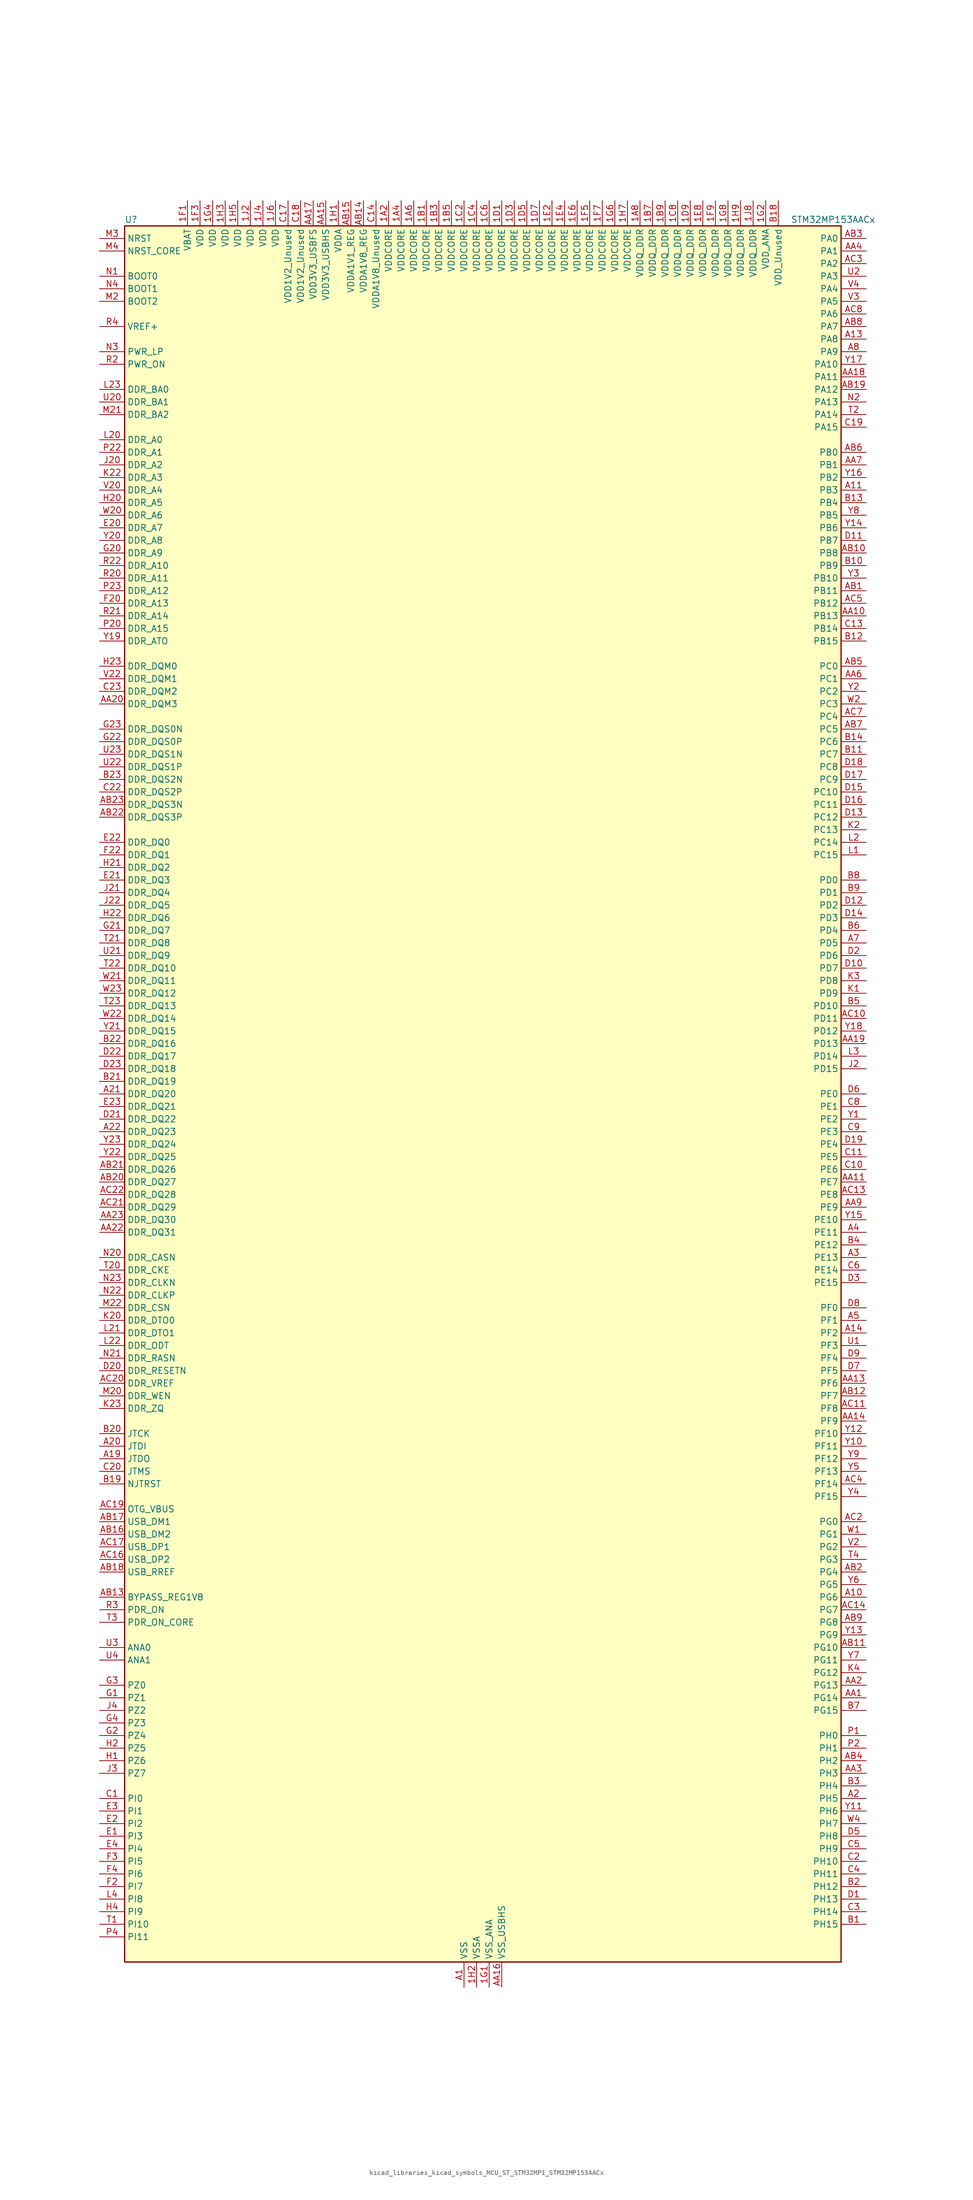
<source format=kicad_sym>
(kicad_symbol_lib
  (version 20220914)
  (generator kicad_symbol_editor)
  (symbol "kicad_libraries_kicad_symbols_MCU_ST_STM32MP1_STM32MP153AACx"
    (property "Reference" "U"
      (at -71.12 176.53 0)
      (effects (font (size 1.27 1.27)) (justify left)))
    (property "Value" "STM32MP153AACx"
      (at 63.5 176.53 0)
      (effects (font (size 1.27 1.27)) (justify left)))
    (property "ki_locked" ""
      (at 0 0 0)
      (effects (font (size 1.27 1.27))))
    (symbol "kicad_libraries_kicad_symbols_MCU_ST_STM32MP1_STM32MP153AACx_0_1"
      (rectangle (start -71.12 -175.26) (end 73.66 175.26) (stroke (width 0.254) (type default)) (fill (type background))))
    (symbol "kicad_libraries_kicad_symbols_MCU_ST_STM32MP1_STM32MP153AACx_1_1"
      (pin power_in line (at -17.78 180.34 270) (length 5.08) (name "VDDCORE" (effects (font (size 1.27 1.27)))) (number "1A2" (effects (font (size 1.27 1.27)))))
      (pin passive line (at -2.54 -180.34 90) (length 5.08) hide (name "VSS" (effects (font (size 1.27 1.27)))) (number "1A3" (effects (font (size 1.27 1.27)))))
      (pin power_in line (at -15.24 180.34 270) (length 5.08) (name "VDDCORE" (effects (font (size 1.27 1.27)))) (number "1A4" (effects (font (size 1.27 1.27)))))
      (pin passive line (at -2.54 -180.34 90) (length 5.08) hide (name "VSS" (effects (font (size 1.27 1.27)))) (number "1A5" (effects (font (size 1.27 1.27)))))
      (pin power_in line (at -12.7 180.34 270) (length 5.08) (name "VDDCORE" (effects (font (size 1.27 1.27)))) (number "1A6" (effects (font (size 1.27 1.27)))))
      (pin passive line (at -2.54 -180.34 90) (length 5.08) hide (name "VSS" (effects (font (size 1.27 1.27)))) (number "1A7" (effects (font (size 1.27 1.27)))))
      (pin power_in line (at 33.02 180.34 270) (length 5.08) (name "VDDQ_DDR" (effects (font (size 1.27 1.27)))) (number "1A8" (effects (font (size 1.27 1.27)))))
      (pin power_in line (at -10.16 180.34 270) (length 5.08) (name "VDDCORE" (effects (font (size 1.27 1.27)))) (number "1B1" (effects (font (size 1.27 1.27)))))
      (pin passive line (at -2.54 -180.34 90) (length 5.08) hide (name "VSS" (effects (font (size 1.27 1.27)))) (number "1B2" (effects (font (size 1.27 1.27)))))
      (pin power_in line (at -7.62 180.34 270) (length 5.08) (name "VDDCORE" (effects (font (size 1.27 1.27)))) (number "1B3" (effects (font (size 1.27 1.27)))))
      (pin passive line (at -2.54 -180.34 90) (length 5.08) hide (name "VSS" (effects (font (size 1.27 1.27)))) (number "1B4" (effects (font (size 1.27 1.27)))))
      (pin power_in line (at -5.08 180.34 270) (length 5.08) (name "VDDCORE" (effects (font (size 1.27 1.27)))) (number "1B5" (effects (font (size 1.27 1.27)))))
      (pin passive line (at -2.54 -180.34 90) (length 5.08) hide (name "VSS" (effects (font (size 1.27 1.27)))) (number "1B6" (effects (font (size 1.27 1.27)))))
      (pin power_in line (at 35.56 180.34 270) (length 5.08) (name "VDDQ_DDR" (effects (font (size 1.27 1.27)))) (number "1B7" (effects (font (size 1.27 1.27)))))
      (pin passive line (at -2.54 -180.34 90) (length 5.08) hide (name "VSS" (effects (font (size 1.27 1.27)))) (number "1B8" (effects (font (size 1.27 1.27)))))
      (pin power_in line (at 38.1 180.34 270) (length 5.08) (name "VDDQ_DDR" (effects (font (size 1.27 1.27)))) (number "1B9" (effects (font (size 1.27 1.27)))))
      (pin passive line (at -2.54 -180.34 90) (length 5.08) hide (name "VSS" (effects (font (size 1.27 1.27)))) (number "1C1" (effects (font (size 1.27 1.27)))))
      (pin power_in line (at -2.54 180.34 270) (length 5.08) (name "VDDCORE" (effects (font (size 1.27 1.27)))) (number "1C2" (effects (font (size 1.27 1.27)))))
      (pin passive line (at -2.54 -180.34 90) (length 5.08) hide (name "VSS" (effects (font (size 1.27 1.27)))) (number "1C3" (effects (font (size 1.27 1.27)))))
      (pin power_in line (at 0 180.34 270) (length 5.08) (name "VDDCORE" (effects (font (size 1.27 1.27)))) (number "1C4" (effects (font (size 1.27 1.27)))))
      (pin passive line (at -2.54 -180.34 90) (length 5.08) hide (name "VSS" (effects (font (size 1.27 1.27)))) (number "1C5" (effects (font (size 1.27 1.27)))))
      (pin power_in line (at 2.54 180.34 270) (length 5.08) (name "VDDCORE" (effects (font (size 1.27 1.27)))) (number "1C6" (effects (font (size 1.27 1.27)))))
      (pin passive line (at -2.54 -180.34 90) (length 5.08) hide (name "VSS" (effects (font (size 1.27 1.27)))) (number "1C7" (effects (font (size 1.27 1.27)))))
      (pin power_in line (at 40.64 180.34 270) (length 5.08) (name "VDDQ_DDR" (effects (font (size 1.27 1.27)))) (number "1C8" (effects (font (size 1.27 1.27)))))
      (pin passive line (at -2.54 -180.34 90) (length 5.08) hide (name "VSS" (effects (font (size 1.27 1.27)))) (number "1C9" (effects (font (size 1.27 1.27)))))
      (pin power_in line (at 5.08 180.34 270) (length 5.08) (name "VDDCORE" (effects (font (size 1.27 1.27)))) (number "1D1" (effects (font (size 1.27 1.27)))))
      (pin passive line (at -2.54 -180.34 90) (length 5.08) hide (name "VSS" (effects (font (size 1.27 1.27)))) (number "1D2" (effects (font (size 1.27 1.27)))))
      (pin power_in line (at 7.62 180.34 270) (length 5.08) (name "VDDCORE" (effects (font (size 1.27 1.27)))) (number "1D3" (effects (font (size 1.27 1.27)))))
      (pin passive line (at -2.54 -180.34 90) (length 5.08) hide (name "VSS" (effects (font (size 1.27 1.27)))) (number "1D4" (effects (font (size 1.27 1.27)))))
      (pin power_in line (at 10.16 180.34 270) (length 5.08) (name "VDDCORE" (effects (font (size 1.27 1.27)))) (number "1D5" (effects (font (size 1.27 1.27)))))
      (pin passive line (at -2.54 -180.34 90) (length 5.08) hide (name "VSS" (effects (font (size 1.27 1.27)))) (number "1D6" (effects (font (size 1.27 1.27)))))
      (pin power_in line (at 12.7 180.34 270) (length 5.08) (name "VDDCORE" (effects (font (size 1.27 1.27)))) (number "1D7" (effects (font (size 1.27 1.27)))))
      (pin passive line (at -2.54 -180.34 90) (length 5.08) hide (name "VSS" (effects (font (size 1.27 1.27)))) (number "1D8" (effects (font (size 1.27 1.27)))))
      (pin power_in line (at 43.18 180.34 270) (length 5.08) (name "VDDQ_DDR" (effects (font (size 1.27 1.27)))) (number "1D9" (effects (font (size 1.27 1.27)))))
      (pin passive line (at -2.54 -180.34 90) (length 5.08) hide (name "VSS" (effects (font (size 1.27 1.27)))) (number "1E1" (effects (font (size 1.27 1.27)))))
      (pin power_in line (at 15.24 180.34 270) (length 5.08) (name "VDDCORE" (effects (font (size 1.27 1.27)))) (number "1E2" (effects (font (size 1.27 1.27)))))
      (pin passive line (at -2.54 -180.34 90) (length 5.08) hide (name "VSS" (effects (font (size 1.27 1.27)))) (number "1E3" (effects (font (size 1.27 1.27)))))
      (pin power_in line (at 17.78 180.34 270) (length 5.08) (name "VDDCORE" (effects (font (size 1.27 1.27)))) (number "1E4" (effects (font (size 1.27 1.27)))))
      (pin passive line (at -2.54 -180.34 90) (length 5.08) hide (name "VSS" (effects (font (size 1.27 1.27)))) (number "1E5" (effects (font (size 1.27 1.27)))))
      (pin power_in line (at 20.32 180.34 270) (length 5.08) (name "VDDCORE" (effects (font (size 1.27 1.27)))) (number "1E6" (effects (font (size 1.27 1.27)))))
      (pin passive line (at -2.54 -180.34 90) (length 5.08) hide (name "VSS" (effects (font (size 1.27 1.27)))) (number "1E7" (effects (font (size 1.27 1.27)))))
      (pin power_in line (at 45.72 180.34 270) (length 5.08) (name "VDDQ_DDR" (effects (font (size 1.27 1.27)))) (number "1E8" (effects (font (size 1.27 1.27)))))
      (pin passive line (at -2.54 -180.34 90) (length 5.08) hide (name "VSS" (effects (font (size 1.27 1.27)))) (number "1E9" (effects (font (size 1.27 1.27)))))
      (pin power_in line (at -58.42 180.34 270) (length 5.08) (name "VBAT" (effects (font (size 1.27 1.27)))) (number "1F1" (effects (font (size 1.27 1.27)))))
      (pin passive line (at -2.54 -180.34 90) (length 5.08) hide (name "VSS" (effects (font (size 1.27 1.27)))) (number "1F2" (effects (font (size 1.27 1.27)))))
      (pin power_in line (at -55.88 180.34 270) (length 5.08) (name "VDD" (effects (font (size 1.27 1.27)))) (number "1F3" (effects (font (size 1.27 1.27)))))
      (pin passive line (at -2.54 -180.34 90) (length 5.08) hide (name "VSS" (effects (font (size 1.27 1.27)))) (number "1F4" (effects (font (size 1.27 1.27)))))
      (pin power_in line (at 22.86 180.34 270) (length 5.08) (name "VDDCORE" (effects (font (size 1.27 1.27)))) (number "1F5" (effects (font (size 1.27 1.27)))))
      (pin passive line (at -2.54 -180.34 90) (length 5.08) hide (name "VSS" (effects (font (size 1.27 1.27)))) (number "1F6" (effects (font (size 1.27 1.27)))))
      (pin power_in line (at 25.4 180.34 270) (length 5.08) (name "VDDCORE" (effects (font (size 1.27 1.27)))) (number "1F7" (effects (font (size 1.27 1.27)))))
      (pin passive line (at -2.54 -180.34 90) (length 5.08) hide (name "VSS" (effects (font (size 1.27 1.27)))) (number "1F8" (effects (font (size 1.27 1.27)))))
      (pin power_in line (at 48.26 180.34 270) (length 5.08) (name "VDDQ_DDR" (effects (font (size 1.27 1.27)))) (number "1F9" (effects (font (size 1.27 1.27)))))
      (pin power_in line (at 2.54 -180.34 90) (length 5.08) (name "VSS_ANA" (effects (font (size 1.27 1.27)))) (number "1G1" (effects (font (size 1.27 1.27)))))
      (pin power_in line (at 58.42 180.34 270) (length 5.08) (name "VDD_ANA" (effects (font (size 1.27 1.27)))) (number "1G2" (effects (font (size 1.27 1.27)))))
      (pin passive line (at -2.54 -180.34 90) (length 5.08) hide (name "VSS" (effects (font (size 1.27 1.27)))) (number "1G3" (effects (font (size 1.27 1.27)))))
      (pin power_in line (at -53.34 180.34 270) (length 5.08) (name "VDD" (effects (font (size 1.27 1.27)))) (number "1G4" (effects (font (size 1.27 1.27)))))
      (pin passive line (at -2.54 -180.34 90) (length 5.08) hide (name "VSS" (effects (font (size 1.27 1.27)))) (number "1G5" (effects (font (size 1.27 1.27)))))
      (pin power_in line (at 27.94 180.34 270) (length 5.08) (name "VDDCORE" (effects (font (size 1.27 1.27)))) (number "1G6" (effects (font (size 1.27 1.27)))))
      (pin passive line (at -2.54 -180.34 90) (length 5.08) hide (name "VSS" (effects (font (size 1.27 1.27)))) (number "1G7" (effects (font (size 1.27 1.27)))))
      (pin power_in line (at 50.8 180.34 270) (length 5.08) (name "VDDQ_DDR" (effects (font (size 1.27 1.27)))) (number "1G8" (effects (font (size 1.27 1.27)))))
      (pin passive line (at -2.54 -180.34 90) (length 5.08) hide (name "VSS" (effects (font (size 1.27 1.27)))) (number "1G9" (effects (font (size 1.27 1.27)))))
      (pin power_in line (at -27.94 180.34 270) (length 5.08) (name "VDDA" (effects (font (size 1.27 1.27)))) (number "1H1" (effects (font (size 1.27 1.27)))))
      (pin power_in line (at 0 -180.34 90) (length 5.08) (name "VSSA" (effects (font (size 1.27 1.27)))) (number "1H2" (effects (font (size 1.27 1.27)))))
      (pin power_in line (at -50.8 180.34 270) (length 5.08) (name "VDD" (effects (font (size 1.27 1.27)))) (number "1H3" (effects (font (size 1.27 1.27)))))
      (pin passive line (at -2.54 -180.34 90) (length 5.08) hide (name "VSS" (effects (font (size 1.27 1.27)))) (number "1H4" (effects (font (size 1.27 1.27)))))
      (pin power_in line (at -48.26 180.34 270) (length 5.08) (name "VDD" (effects (font (size 1.27 1.27)))) (number "1H5" (effects (font (size 1.27 1.27)))))
      (pin passive line (at -2.54 -180.34 90) (length 5.08) hide (name "VSS" (effects (font (size 1.27 1.27)))) (number "1H6" (effects (font (size 1.27 1.27)))))
      (pin power_in line (at 30.48 180.34 270) (length 5.08) (name "VDDCORE" (effects (font (size 1.27 1.27)))) (number "1H7" (effects (font (size 1.27 1.27)))))
      (pin passive line (at -2.54 -180.34 90) (length 5.08) hide (name "VSS" (effects (font (size 1.27 1.27)))) (number "1H8" (effects (font (size 1.27 1.27)))))
      (pin power_in line (at 53.34 180.34 270) (length 5.08) (name "VDDQ_DDR" (effects (font (size 1.27 1.27)))) (number "1H9" (effects (font (size 1.27 1.27)))))
      (pin power_in line (at -45.72 180.34 270) (length 5.08) (name "VDD" (effects (font (size 1.27 1.27)))) (number "1J2" (effects (font (size 1.27 1.27)))))
      (pin passive line (at -2.54 -180.34 90) (length 5.08) hide (name "VSS" (effects (font (size 1.27 1.27)))) (number "1J3" (effects (font (size 1.27 1.27)))))
      (pin power_in line (at -43.18 180.34 270) (length 5.08) (name "VDD" (effects (font (size 1.27 1.27)))) (number "1J4" (effects (font (size 1.27 1.27)))))
      (pin passive line (at -2.54 -180.34 90) (length 5.08) hide (name "VSS" (effects (font (size 1.27 1.27)))) (number "1J5" (effects (font (size 1.27 1.27)))))
      (pin power_in line (at -40.64 180.34 270) (length 5.08) (name "VDD" (effects (font (size 1.27 1.27)))) (number "1J6" (effects (font (size 1.27 1.27)))))
      (pin passive line (at -2.54 -180.34 90) (length 5.08) hide (name "VSS" (effects (font (size 1.27 1.27)))) (number "1J7" (effects (font (size 1.27 1.27)))))
      (pin power_in line (at 55.88 180.34 270) (length 5.08) (name "VDDQ_DDR" (effects (font (size 1.27 1.27)))) (number "1J8" (effects (font (size 1.27 1.27)))))
      (pin power_in line (at -2.54 -180.34 90) (length 5.08) (name "VSS" (effects (font (size 1.27 1.27)))) (number "A1" (effects (font (size 1.27 1.27)))))
      (pin bidirectional line (at 78.74 -101.6 180) (length 5.08) (name "PG6" (effects (font (size 1.27 1.27)))) (number "A10" (effects (font (size 1.27 1.27)))) (alternate "DCMI_D12" bidirectional line) (alternate "DEBUG_TRACED14" bidirectional line) (alternate "LTDC_R7" bidirectional line) (alternate "SDMMC2_CMD" bidirectional line) (alternate "TIM17_BKIN" bidirectional line))
      (pin bidirectional line (at 78.74 121.92 180) (length 5.08) (name "PB3" (effects (font (size 1.27 1.27)))) (number "A11" (effects (font (size 1.27 1.27)))) (alternate "DEBUG_TRACED9" bidirectional line) (alternate "I2S1_CK" bidirectional line) (alternate "I2S3_CK" bidirectional line) (alternate "SAI4_CK1" bidirectional line) (alternate "SAI4_MCLK_A" bidirectional line) (alternate "SDMMC2_D2" bidirectional line) (alternate "SPI1_SCK" bidirectional line) (alternate "SPI3_SCK" bidirectional line) (alternate "SPI6_SCK" bidirectional line) (alternate "TIM2_CH2" bidirectional line) (alternate "UART7_RX" bidirectional line))
      (pin bidirectional line (at 78.74 152.4 180) (length 5.08) (name "PA8" (effects (font (size 1.27 1.27)))) (number "A13" (effects (font (size 1.27 1.27)))) (alternate "I2C3_SCL" bidirectional line) (alternate "I2S3_SDO" bidirectional line) (alternate "LTDC_R6" bidirectional line) (alternate "RCC_MCO_1" bidirectional line) (alternate "SAI4_SD_B" bidirectional line) (alternate "SDMMC2_CKIN" bidirectional line) (alternate "SDMMC2_D4" bidirectional line) (alternate "SPI3_MOSI" bidirectional line) (alternate "TIM1_CH1" bidirectional line) (alternate "TIM8_BKIN2" bidirectional line) (alternate "UART7_RX" bidirectional line) (alternate "USART1_CK" bidirectional line) (alternate "USB_OTG_HS_SOF" bidirectional line))
      (pin bidirectional line (at 78.74 -48.26 180) (length 5.08) (name "PF2" (effects (font (size 1.27 1.27)))) (number "A14" (effects (font (size 1.27 1.27)))) (alternate "FMC_A2" bidirectional line) (alternate "I2C2_SMBA" bidirectional line) (alternate "SDMMC1_D0DIR" bidirectional line) (alternate "SDMMC2_D0DIR" bidirectional line) (alternate "SDMMC3_D0DIR" bidirectional line))
      (pin no_connect line (at -71.12 -175.26 0) (length 5.08) hide (name "DNU" (effects (font (size 1.27 1.27)))) (number "A16" (effects (font (size 1.27 1.27)))))
      (pin no_connect line (at -71.12 -172.72 0) (length 5.08) hide (name "DNU" (effects (font (size 1.27 1.27)))) (number "A17" (effects (font (size 1.27 1.27)))))
      (pin bidirectional line (at -76.2 -73.66 0) (length 5.08) (name "JTDO" (effects (font (size 1.27 1.27)))) (number "A19" (effects (font (size 1.27 1.27)))) (alternate "DEBUG_JTDO-SWO" bidirectional line))
      (pin bidirectional line (at 78.74 -142.24 180) (length 5.08) (name "PH5" (effects (font (size 1.27 1.27)))) (number "A2" (effects (font (size 1.27 1.27)))) (alternate "I2C2_SDA" bidirectional line) (alternate "SAI4_SD_B" bidirectional line) (alternate "SPI5_NSS" bidirectional line))
      (pin bidirectional line (at -76.2 -71.12 0) (length 5.08) (name "JTDI" (effects (font (size 1.27 1.27)))) (number "A20" (effects (font (size 1.27 1.27)))) (alternate "DEBUG_JTDI" bidirectional line))
      (pin bidirectional line (at -76.2 0 0) (length 5.08) (name "DDR_DQ20" (effects (font (size 1.27 1.27)))) (number "A21" (effects (font (size 1.27 1.27)))) (alternate "DDR_DQ20" bidirectional line))
      (pin bidirectional line (at -76.2 -7.62 0) (length 5.08) (name "DDR_DQ23" (effects (font (size 1.27 1.27)))) (number "A22" (effects (font (size 1.27 1.27)))) (alternate "DDR_DQ23" bidirectional line))
      (pin passive line (at -2.54 -180.34 90) (length 5.08) hide (name "VSS" (effects (font (size 1.27 1.27)))) (number "A23" (effects (font (size 1.27 1.27)))))
      (pin bidirectional line (at 78.74 -33.02 180) (length 5.08) (name "PE13" (effects (font (size 1.27 1.27)))) (number "A3" (effects (font (size 1.27 1.27)))) (alternate "DCMI_D6" bidirectional line) (alternate "DFSDM1_CKIN5" bidirectional line) (alternate "FMC_D10" bidirectional line) (alternate "FMC_DA10" bidirectional line) (alternate "HDP_HDP2" bidirectional line) (alternate "LTDC_DE" bidirectional line) (alternate "SAI2_FS_B" bidirectional line) (alternate "SPI4_MISO" bidirectional line) (alternate "TIM1_CH3" bidirectional line))
      (pin bidirectional line (at 78.74 -27.94 180) (length 5.08) (name "PE11" (effects (font (size 1.27 1.27)))) (number "A4" (effects (font (size 1.27 1.27)))) (alternate "ADC1_EXTI11" bidirectional line) (alternate "ADC2_EXTI11" bidirectional line) (alternate "DCMI_D4" bidirectional line) (alternate "DFSDM1_CKIN4" bidirectional line) (alternate "FMC_D8" bidirectional line) (alternate "FMC_DA8" bidirectional line) (alternate "LTDC_G3" bidirectional line) (alternate "SAI2_SD_B" bidirectional line) (alternate "SPI4_NSS" bidirectional line) (alternate "TIM1_CH2" bidirectional line) (alternate "USART6_CK" bidirectional line))
      (pin bidirectional line (at 78.74 -45.72 180) (length 5.08) (name "PF1" (effects (font (size 1.27 1.27)))) (number "A5" (effects (font (size 1.27 1.27)))) (alternate "FMC_A1" bidirectional line) (alternate "I2C2_SCL" bidirectional line) (alternate "SDMMC3_CDIR" bidirectional line) (alternate "SDMMC3_CMD" bidirectional line))
      (pin bidirectional line (at 78.74 30.48 180) (length 5.08) (name "PD5" (effects (font (size 1.27 1.27)))) (number "A7" (effects (font (size 1.27 1.27)))) (alternate "FMC_NWE" bidirectional line) (alternate "SDMMC3_D2" bidirectional line) (alternate "USART2_TX" bidirectional line))
      (pin bidirectional line (at 78.74 149.86 180) (length 5.08) (name "PA9" (effects (font (size 1.27 1.27)))) (number "A8" (effects (font (size 1.27 1.27)))) (alternate "DAC1_EXTI9" bidirectional line) (alternate "DCMI_D0" bidirectional line) (alternate "I2C3_SMBA" bidirectional line) (alternate "I2S2_CK" bidirectional line) (alternate "LTDC_R5" bidirectional line) (alternate "SDMMC2_CDIR" bidirectional line) (alternate "SDMMC2_D5" bidirectional line) (alternate "SPI2_SCK" bidirectional line) (alternate "TIM1_CH2" bidirectional line) (alternate "USART1_TX" bidirectional line))
      (pin bidirectional line (at 78.74 -121.92 180) (length 5.08) (name "PG14" (effects (font (size 1.27 1.27)))) (number "AA1" (effects (font (size 1.27 1.27)))) (alternate "DEBUG_TRACED1" bidirectional line) (alternate "ETH1_TXD1" bidirectional line) (alternate "FMC_A25" bidirectional line) (alternate "LPTIM1_ETR" bidirectional line) (alternate "LTDC_B0" bidirectional line) (alternate "QUADSPI_BK2_IO3" bidirectional line) (alternate "SAI4_D1" bidirectional line) (alternate "SAI4_SD_A" bidirectional line) (alternate "SPI6_MOSI" bidirectional line) (alternate "USART6_TX" bidirectional line))
      (pin bidirectional line (at 78.74 96.52 180) (length 5.08) (name "PB13" (effects (font (size 1.27 1.27)))) (number "AA10" (effects (font (size 1.27 1.27)))) (alternate "DFSDM1_CKIN1" bidirectional line) (alternate "DFSDM1_CKOUT" bidirectional line) (alternate "ETH1_TXD1" bidirectional line) (alternate "FDCAN2_TX" bidirectional line) (alternate "I2S2_CK" bidirectional line) (alternate "LPTIM2_OUT" bidirectional line) (alternate "SPI2_SCK" bidirectional line) (alternate "TIM1_CH1N" bidirectional line) (alternate "UART5_TX" bidirectional line) (alternate "USART3_CTS" bidirectional line) (alternate "USART3_NSS" bidirectional line))
      (pin bidirectional line (at 78.74 -17.78 180) (length 5.08) (name "PE7" (effects (font (size 1.27 1.27)))) (number "AA11" (effects (font (size 1.27 1.27)))) (alternate "DFSDM1_DATIN2" bidirectional line) (alternate "FMC_D4" bidirectional line) (alternate "FMC_DA4" bidirectional line) (alternate "QUADSPI_BK2_IO0" bidirectional line) (alternate "TIM1_ETR" bidirectional line) (alternate "TIM3_ETR" bidirectional line) (alternate "UART7_RX" bidirectional line))
      (pin passive line (at -2.54 -180.34 90) (length 5.08) hide (name "VSS" (effects (font (size 1.27 1.27)))) (number "AA12" (effects (font (size 1.27 1.27)))))
      (pin bidirectional line (at 78.74 -58.42 180) (length 5.08) (name "PF6" (effects (font (size 1.27 1.27)))) (number "AA13" (effects (font (size 1.27 1.27)))) (alternate "QUADSPI_BK1_IO3" bidirectional line) (alternate "SAI1_SD_B" bidirectional line) (alternate "SAI4_SCK_B" bidirectional line) (alternate "SPI5_NSS" bidirectional line) (alternate "TIM16_CH1" bidirectional line) (alternate "UART7_RX" bidirectional line))
      (pin bidirectional line (at 78.74 -66.04 180) (length 5.08) (name "PF9" (effects (font (size 1.27 1.27)))) (number "AA14" (effects (font (size 1.27 1.27)))) (alternate "DAC1_EXTI9" bidirectional line) (alternate "DEBUG_TRACED13" bidirectional line) (alternate "QUADSPI_BK1_IO1" bidirectional line) (alternate "SAI1_FS_B" bidirectional line) (alternate "SPI5_MOSI" bidirectional line) (alternate "TIM14_CH1" bidirectional line) (alternate "TIM17_CH1N" bidirectional line) (alternate "UART7_CTS" bidirectional line))
      (pin power_in line (at -30.48 180.34 270) (length 5.08) (name "VDD3V3_USBHS" (effects (font (size 1.27 1.27)))) (number "AA15" (effects (font (size 1.27 1.27)))))
      (pin power_in line (at 5.08 -180.34 90) (length 5.08) (name "VSS_USBHS" (effects (font (size 1.27 1.27)))) (number "AA16" (effects (font (size 1.27 1.27)))))
      (pin power_in line (at -33.02 180.34 270) (length 5.08) (name "VDD3V3_USBFS" (effects (font (size 1.27 1.27)))) (number "AA17" (effects (font (size 1.27 1.27)))))
      (pin bidirectional line (at 78.74 144.78 180) (length 5.08) (name "PA11" (effects (font (size 1.27 1.27)))) (number "AA18" (effects (font (size 1.27 1.27)))) (alternate "ADC1_EXTI11" bidirectional line) (alternate "ADC2_EXTI11" bidirectional line) (alternate "FDCAN1_RX" bidirectional line) (alternate "I2C5_SCL" bidirectional line) (alternate "I2C6_SCL" bidirectional line) (alternate "I2S2_WS" bidirectional line) (alternate "LTDC_R4" bidirectional line) (alternate "SPI2_NSS" bidirectional line) (alternate "TIM1_CH4" bidirectional line) (alternate "UART4_RX" bidirectional line) (alternate "USART1_CTS" bidirectional line) (alternate "USART1_NSS" bidirectional line))
      (pin bidirectional line (at 78.74 10.16 180) (length 5.08) (name "PD13" (effects (font (size 1.27 1.27)))) (number "AA19" (effects (font (size 1.27 1.27)))) (alternate "FMC_A18" bidirectional line) (alternate "I2C1_SDA" bidirectional line) (alternate "I2C4_SDA" bidirectional line) (alternate "I2S3_MCK" bidirectional line) (alternate "LPTIM1_OUT" bidirectional line) (alternate "QUADSPI_BK1_IO3" bidirectional line) (alternate "SAI2_SCK_A" bidirectional line) (alternate "TIM4_CH2" bidirectional line))
      (pin bidirectional line (at 78.74 -119.38 180) (length 5.08) (name "PG13" (effects (font (size 1.27 1.27)))) (number "AA2" (effects (font (size 1.27 1.27)))) (alternate "DEBUG_TRACED0" bidirectional line) (alternate "ETH1_TXD0" bidirectional line) (alternate "FMC_A24" bidirectional line) (alternate "LPTIM1_OUT" bidirectional line) (alternate "LTDC_R0" bidirectional line) (alternate "SAI1_CK2" bidirectional line) (alternate "SAI1_SCK_A" bidirectional line) (alternate "SAI4_CK1" bidirectional line) (alternate "SAI4_MCLK_A" bidirectional line) (alternate "SPI6_SCK" bidirectional line) (alternate "USART6_CTS" bidirectional line) (alternate "USART6_NSS" bidirectional line))
      (pin bidirectional line (at -76.2 78.74 0) (length 5.08) (name "DDR_DQM3" (effects (font (size 1.27 1.27)))) (number "AA20" (effects (font (size 1.27 1.27)))) (alternate "DDR_DQM3" bidirectional line))
      (pin passive line (at -2.54 -180.34 90) (length 5.08) hide (name "VSS" (effects (font (size 1.27 1.27)))) (number "AA21" (effects (font (size 1.27 1.27)))))
      (pin bidirectional line (at -76.2 -27.94 0) (length 5.08) (name "DDR_DQ31" (effects (font (size 1.27 1.27)))) (number "AA22" (effects (font (size 1.27 1.27)))) (alternate "DDR_DQ31" bidirectional line))
      (pin bidirectional line (at -76.2 -25.4 0) (length 5.08) (name "DDR_DQ30" (effects (font (size 1.27 1.27)))) (number "AA23" (effects (font (size 1.27 1.27)))) (alternate "DDR_DQ30" bidirectional line))
      (pin bidirectional line (at 78.74 -137.16 180) (length 5.08) (name "PH3" (effects (font (size 1.27 1.27)))) (number "AA3" (effects (font (size 1.27 1.27)))) (alternate "DFSDM1_CKIN4" bidirectional line) (alternate "ETH1_COL" bidirectional line) (alternate "LTDC_R1" bidirectional line) (alternate "QUADSPI_BK2_IO1" bidirectional line) (alternate "SAI2_MCLK_B" bidirectional line))
      (pin bidirectional line (at 78.74 170.18 180) (length 5.08) (name "PA1" (effects (font (size 1.27 1.27)))) (number "AA4" (effects (font (size 1.27 1.27)))) (alternate "ADC1_INN16" bidirectional line) (alternate "ADC1_INP17" bidirectional line) (alternate "ETH1_CLK" bidirectional line) (alternate "ETH1_REF_CLK" bidirectional line) (alternate "ETH1_RX_CLK" bidirectional line) (alternate "LPTIM3_OUT" bidirectional line) (alternate "LTDC_R2" bidirectional line) (alternate "QUADSPI_BK1_IO3" bidirectional line) (alternate "SAI2_MCLK_B" bidirectional line) (alternate "TIM15_CH1N" bidirectional line) (alternate "TIM2_CH2" bidirectional line) (alternate "TIM5_CH2" bidirectional line) (alternate "UART4_RX" bidirectional line) (alternate "USART2_DE" bidirectional line) (alternate "USART2_RTS" bidirectional line))
      (pin passive line (at -2.54 -180.34 90) (length 5.08) hide (name "VSS" (effects (font (size 1.27 1.27)))) (number "AA5" (effects (font (size 1.27 1.27)))))
      (pin bidirectional line (at 78.74 83.82 180) (length 5.08) (name "PC1" (effects (font (size 1.27 1.27)))) (number "AA6" (effects (font (size 1.27 1.27)))) (alternate "ADC1_INN10" bidirectional line) (alternate "ADC1_INP11" bidirectional line) (alternate "ADC2_INN10" bidirectional line) (alternate "ADC2_INP11" bidirectional line) (alternate "DEBUG_TRACED0" bidirectional line) (alternate "DFSDM1_CKIN4" bidirectional line) (alternate "DFSDM1_DATIN0" bidirectional line) (alternate "ETH1_MDC" bidirectional line) (alternate "I2S2_SDO" bidirectional line) (alternate "PWR_WKUP6" bidirectional line) (alternate "SAI1_D1" bidirectional line) (alternate "SAI1_SD_A" bidirectional line) (alternate "SDMMC2_CK" bidirectional line) (alternate "SPI2_MOSI" bidirectional line) (alternate "TAMP_IN3" bidirectional line))
      (pin bidirectional line (at 78.74 127 180) (length 5.08) (name "PB1" (effects (font (size 1.27 1.27)))) (number "AA7" (effects (font (size 1.27 1.27)))) (alternate "ADC1_INP5" bidirectional line) (alternate "ADC2_INP5" bidirectional line) (alternate "DFSDM1_DATIN1" bidirectional line) (alternate "ETH1_RXD3" bidirectional line) (alternate "LTDC_G0" bidirectional line) (alternate "LTDC_R6" bidirectional line) (alternate "TIM1_CH3N" bidirectional line) (alternate "TIM3_CH4" bidirectional line) (alternate "TIM8_CH3N" bidirectional line))
      (pin passive line (at -2.54 -180.34 90) (length 5.08) hide (name "VSS" (effects (font (size 1.27 1.27)))) (number "AA8" (effects (font (size 1.27 1.27)))))
      (pin bidirectional line (at 78.74 -22.86 180) (length 5.08) (name "PE9" (effects (font (size 1.27 1.27)))) (number "AA9" (effects (font (size 1.27 1.27)))) (alternate "DAC1_EXTI9" bidirectional line) (alternate "DFSDM1_CKOUT" bidirectional line) (alternate "FMC_D6" bidirectional line) (alternate "FMC_DA6" bidirectional line) (alternate "QUADSPI_BK2_IO2" bidirectional line) (alternate "TIM1_CH1" bidirectional line) (alternate "UART7_DE" bidirectional line) (alternate "UART7_RTS" bidirectional line))
      (pin bidirectional line (at 78.74 101.6 180) (length 5.08) (name "PB11" (effects (font (size 1.27 1.27)))) (number "AB1" (effects (font (size 1.27 1.27)))) (alternate "ADC1_EXTI11" bidirectional line) (alternate "ADC2_EXTI11" bidirectional line) (alternate "DFSDM1_CKIN7" bidirectional line) (alternate "ETH1_TX_CTL" bidirectional line) (alternate "ETH1_TX_EN" bidirectional line) (alternate "I2C2_SDA" bidirectional line) (alternate "LPTIM2_ETR" bidirectional line) (alternate "LTDC_G5" bidirectional line) (alternate "TIM2_CH4" bidirectional line) (alternate "USART3_RX" bidirectional line))
      (pin bidirectional line (at 78.74 109.22 180) (length 5.08) (name "PB8" (effects (font (size 1.27 1.27)))) (number "AB10" (effects (font (size 1.27 1.27)))) (alternate "DCMI_D6" bidirectional line) (alternate "DFSDM1_CKIN7" bidirectional line) (alternate "ETH1_TXD3" bidirectional line) (alternate "FDCAN1_RX" bidirectional line) (alternate "HDP_HDP6" bidirectional line) (alternate "I2C1_SCL" bidirectional line) (alternate "I2C4_SCL" bidirectional line) (alternate "LTDC_B6" bidirectional line) (alternate "SDMMC1_CKIN" bidirectional line) (alternate "SDMMC1_D4" bidirectional line) (alternate "SDMMC2_CKIN" bidirectional line) (alternate "SDMMC2_D4" bidirectional line) (alternate "TIM16_CH1" bidirectional line) (alternate "TIM4_CH3" bidirectional line) (alternate "UART4_RX" bidirectional line))
      (pin bidirectional line (at 78.74 -111.76 180) (length 5.08) (name "PG10" (effects (font (size 1.27 1.27)))) (number "AB11" (effects (font (size 1.27 1.27)))) (alternate "DCMI_D2" bidirectional line) (alternate "DEBUG_TRACED10" bidirectional line) (alternate "FMC_NE3" bidirectional line) (alternate "LTDC_B2" bidirectional line) (alternate "LTDC_G3" bidirectional line) (alternate "QUADSPI_BK2_IO2" bidirectional line) (alternate "SAI2_SD_B" bidirectional line) (alternate "UART8_CTS" bidirectional line))
      (pin bidirectional line (at 78.74 -60.96 180) (length 5.08) (name "PF7" (effects (font (size 1.27 1.27)))) (number "AB12" (effects (font (size 1.27 1.27)))) (alternate "QUADSPI_BK1_IO2" bidirectional line) (alternate "SAI1_MCLK_B" bidirectional line) (alternate "SPI5_SCK" bidirectional line) (alternate "TIM17_CH1" bidirectional line) (alternate "UART7_TX" bidirectional line))
      (pin bidirectional line (at -76.2 -101.6 0) (length 5.08) (name "BYPASS_REG1V8" (effects (font (size 1.27 1.27)))) (number "AB13" (effects (font (size 1.27 1.27)))))
      (pin power_in line (at -22.86 180.34 270) (length 5.08) (name "VDDA1V8_REG" (effects (font (size 1.27 1.27)))) (number "AB14" (effects (font (size 1.27 1.27)))))
      (pin power_in line (at -25.4 180.34 270) (length 5.08) (name "VDDA1V1_REG" (effects (font (size 1.27 1.27)))) (number "AB15" (effects (font (size 1.27 1.27)))))
      (pin bidirectional line (at -76.2 -88.9 0) (length 5.08) (name "USB_DM2" (effects (font (size 1.27 1.27)))) (number "AB16" (effects (font (size 1.27 1.27)))) (alternate "USBH_HS2_DM" bidirectional line) (alternate "USB_OTG_HS_DM" bidirectional line))
      (pin bidirectional line (at -76.2 -86.36 0) (length 5.08) (name "USB_DM1" (effects (font (size 1.27 1.27)))) (number "AB17" (effects (font (size 1.27 1.27)))) (alternate "USBH_HS1_DM" bidirectional line))
      (pin bidirectional line (at -76.2 -96.52 0) (length 5.08) (name "USB_RREF" (effects (font (size 1.27 1.27)))) (number "AB18" (effects (font (size 1.27 1.27)))))
      (pin bidirectional line (at 78.74 142.24 180) (length 5.08) (name "PA12" (effects (font (size 1.27 1.27)))) (number "AB19" (effects (font (size 1.27 1.27)))) (alternate "FDCAN1_TX" bidirectional line) (alternate "I2C5_SDA" bidirectional line) (alternate "I2C6_SDA" bidirectional line) (alternate "LTDC_R5" bidirectional line) (alternate "SAI2_FS_B" bidirectional line) (alternate "TIM1_ETR" bidirectional line) (alternate "UART4_TX" bidirectional line) (alternate "USART1_DE" bidirectional line) (alternate "USART1_RTS" bidirectional line))
      (pin bidirectional line (at 78.74 -96.52 180) (length 5.08) (name "PG4" (effects (font (size 1.27 1.27)))) (number "AB2" (effects (font (size 1.27 1.27)))) (alternate "ETH1_GTX_CLK" bidirectional line) (alternate "FMC_A14" bidirectional line) (alternate "TIM1_BKIN2" bidirectional line))
      (pin bidirectional line (at -76.2 -17.78 0) (length 5.08) (name "DDR_DQ27" (effects (font (size 1.27 1.27)))) (number "AB20" (effects (font (size 1.27 1.27)))) (alternate "DDR_DQ27" bidirectional line))
      (pin bidirectional line (at -76.2 -15.24 0) (length 5.08) (name "DDR_DQ26" (effects (font (size 1.27 1.27)))) (number "AB21" (effects (font (size 1.27 1.27)))) (alternate "DDR_DQ26" bidirectional line))
      (pin bidirectional line (at -76.2 55.88 0) (length 5.08) (name "DDR_DQS3P" (effects (font (size 1.27 1.27)))) (number "AB22" (effects (font (size 1.27 1.27)))) (alternate "DDR_DQS3P" bidirectional line))
      (pin bidirectional line (at -76.2 58.42 0) (length 5.08) (name "DDR_DQS3N" (effects (font (size 1.27 1.27)))) (number "AB23" (effects (font (size 1.27 1.27)))) (alternate "DDR_DQS3N" bidirectional line))
      (pin bidirectional line (at 78.74 172.72 180) (length 5.08) (name "PA0" (effects (font (size 1.27 1.27)))) (number "AB3" (effects (font (size 1.27 1.27)))) (alternate "ADC1_INP16" bidirectional line) (alternate "ETH1_CRS" bidirectional line) (alternate "PWR_WKUP1" bidirectional line) (alternate "SAI2_SD_B" bidirectional line) (alternate "SDMMC2_CMD" bidirectional line) (alternate "TIM15_BKIN" bidirectional line) (alternate "TIM2_CH1" bidirectional line) (alternate "TIM2_ETR" bidirectional line) (alternate "TIM5_CH1" bidirectional line) (alternate "TIM8_ETR" bidirectional line) (alternate "UART4_TX" bidirectional line) (alternate "USART2_CTS" bidirectional line) (alternate "USART2_NSS" bidirectional line))
      (pin bidirectional line (at 78.74 -134.62 180) (length 5.08) (name "PH2" (effects (font (size 1.27 1.27)))) (number "AB4" (effects (font (size 1.27 1.27)))) (alternate "ETH1_CRS" bidirectional line) (alternate "LPTIM1_IN2" bidirectional line) (alternate "LTDC_R0" bidirectional line) (alternate "QUADSPI_BK2_IO0" bidirectional line) (alternate "SAI2_SCK_B" bidirectional line))
      (pin bidirectional line (at 78.74 86.36 180) (length 5.08) (name "PC0" (effects (font (size 1.27 1.27)))) (number "AB5" (effects (font (size 1.27 1.27)))) (alternate "ADC1_INP10" bidirectional line) (alternate "ADC2_INP10" bidirectional line) (alternate "DFSDM1_CKIN0" bidirectional line) (alternate "DFSDM1_DATIN4" bidirectional line) (alternate "LPTIM2_IN2" bidirectional line) (alternate "LTDC_R5" bidirectional line) (alternate "QUADSPI_BK2_NCS" bidirectional line) (alternate "SAI2_FS_B" bidirectional line))
      (pin bidirectional line (at 78.74 129.54 180) (length 5.08) (name "PB0" (effects (font (size 1.27 1.27)))) (number "AB6" (effects (font (size 1.27 1.27)))) (alternate "ADC1_INN5" bidirectional line) (alternate "ADC1_INP9" bidirectional line) (alternate "ADC2_INN5" bidirectional line) (alternate "ADC2_INP9" bidirectional line) (alternate "DFSDM1_CKOUT" bidirectional line) (alternate "ETH1_RXD2" bidirectional line) (alternate "LTDC_G1" bidirectional line) (alternate "LTDC_R3" bidirectional line) (alternate "TIM1_CH2N" bidirectional line) (alternate "TIM3_CH3" bidirectional line) (alternate "TIM8_CH2N" bidirectional line) (alternate "UART4_CTS" bidirectional line))
      (pin bidirectional line (at 78.74 73.66 180) (length 5.08) (name "PC5" (effects (font (size 1.27 1.27)))) (number "AB7" (effects (font (size 1.27 1.27)))) (alternate "ADC1_INN4" bidirectional line) (alternate "ADC1_INP8" bidirectional line) (alternate "ADC2_INN4" bidirectional line) (alternate "ADC2_INP8" bidirectional line) (alternate "DFSDM1_DATIN2" bidirectional line) (alternate "ETH1_RXD1" bidirectional line) (alternate "SAI1_D3" bidirectional line) (alternate "SAI1_D4" bidirectional line) (alternate "SAI4_D3" bidirectional line) (alternate "SAI4_D4" bidirectional line) (alternate "SPDIFRX_IN3" bidirectional line))
      (pin bidirectional line (at 78.74 154.94 180) (length 5.08) (name "PA7" (effects (font (size 1.27 1.27)))) (number "AB8" (effects (font (size 1.27 1.27)))) (alternate "ADC1_INN3" bidirectional line) (alternate "ADC1_INP7" bidirectional line) (alternate "ADC2_INN3" bidirectional line) (alternate "ADC2_INP7" bidirectional line) (alternate "ETH1_CRS_DV" bidirectional line) (alternate "ETH1_RX_CTL" bidirectional line) (alternate "ETH1_RX_DV" bidirectional line) (alternate "I2S1_SDO" bidirectional line) (alternate "QUADSPI_CLK" bidirectional line) (alternate "SAI4_D1" bidirectional line) (alternate "SAI4_SD_A" bidirectional line) (alternate "SPI1_MOSI" bidirectional line) (alternate "SPI6_MOSI" bidirectional line) (alternate "TIM14_CH1" bidirectional line) (alternate "TIM1_CH1N" bidirectional line) (alternate "TIM3_CH2" bidirectional line) (alternate "TIM8_CH1N" bidirectional line))
      (pin bidirectional line (at 78.74 -106.68 180) (length 5.08) (name "PG8" (effects (font (size 1.27 1.27)))) (number "AB9" (effects (font (size 1.27 1.27)))) (alternate "DEBUG_TRACED15" bidirectional line) (alternate "ETH1_CLK" bidirectional line) (alternate "ETH1_PPS_OUT" bidirectional line) (alternate "LTDC_G7" bidirectional line) (alternate "SAI4_D2" bidirectional line) (alternate "SAI4_FS_A" bidirectional line) (alternate "SPDIFRX_IN2" bidirectional line) (alternate "SPI6_NSS" bidirectional line) (alternate "TIM2_CH1" bidirectional line) (alternate "TIM2_ETR" bidirectional line) (alternate "TIM8_ETR" bidirectional line) (alternate "USART3_DE" bidirectional line) (alternate "USART3_RTS" bidirectional line) (alternate "USART6_DE" bidirectional line) (alternate "USART6_RTS" bidirectional line))
      (pin passive line (at -2.54 -180.34 90) (length 5.08) hide (name "VSS" (effects (font (size 1.27 1.27)))) (number "AC1" (effects (font (size 1.27 1.27)))))
      (pin bidirectional line (at 78.74 15.24 180) (length 5.08) (name "PD11" (effects (font (size 1.27 1.27)))) (number "AC10" (effects (font (size 1.27 1.27)))) (alternate "ADC1_EXTI11" bidirectional line) (alternate "ADC2_EXTI11" bidirectional line) (alternate "FMC_A16" bidirectional line) (alternate "FMC_CLE" bidirectional line) (alternate "I2C1_SMBA" bidirectional line) (alternate "I2C4_SMBA" bidirectional line) (alternate "LPTIM2_IN2" bidirectional line) (alternate "QUADSPI_BK1_IO0" bidirectional line) (alternate "SAI2_SD_A" bidirectional line) (alternate "USART3_CTS" bidirectional line) (alternate "USART3_NSS" bidirectional line))
      (pin bidirectional line (at 78.74 -63.5 180) (length 5.08) (name "PF8" (effects (font (size 1.27 1.27)))) (number "AC11" (effects (font (size 1.27 1.27)))) (alternate "DEBUG_TRACED12" bidirectional line) (alternate "QUADSPI_BK1_IO0" bidirectional line) (alternate "SAI1_SCK_B" bidirectional line) (alternate "SPI5_MISO" bidirectional line) (alternate "TIM13_CH1" bidirectional line) (alternate "TIM16_CH1N" bidirectional line) (alternate "UART7_DE" bidirectional line) (alternate "UART7_RTS" bidirectional line))
      (pin bidirectional line (at 78.74 -20.32 180) (length 5.08) (name "PE8" (effects (font (size 1.27 1.27)))) (number "AC13" (effects (font (size 1.27 1.27)))) (alternate "DFSDM1_CKIN2" bidirectional line) (alternate "FMC_D5" bidirectional line) (alternate "FMC_DA5" bidirectional line) (alternate "QUADSPI_BK2_IO1" bidirectional line) (alternate "TIM1_CH1N" bidirectional line) (alternate "UART7_TX" bidirectional line))
      (pin bidirectional line (at 78.74 -104.14 180) (length 5.08) (name "PG7" (effects (font (size 1.27 1.27)))) (number "AC14" (effects (font (size 1.27 1.27)))) (alternate "DCMI_D13" bidirectional line) (alternate "DEBUG_TRACED5" bidirectional line) (alternate "LTDC_CLK" bidirectional line) (alternate "QUADSPI_BK2_IO3" bidirectional line) (alternate "QUADSPI_CLK" bidirectional line) (alternate "SAI1_MCLK_A" bidirectional line) (alternate "UART8_DE" bidirectional line) (alternate "UART8_RTS" bidirectional line) (alternate "USART6_CK" bidirectional line))
      (pin bidirectional line (at -76.2 -93.98 0) (length 5.08) (name "USB_DP2" (effects (font (size 1.27 1.27)))) (number "AC16" (effects (font (size 1.27 1.27)))) (alternate "USBH_HS2_DP" bidirectional line) (alternate "USB_OTG_HS_DP" bidirectional line))
      (pin bidirectional line (at -76.2 -91.44 0) (length 5.08) (name "USB_DP1" (effects (font (size 1.27 1.27)))) (number "AC17" (effects (font (size 1.27 1.27)))) (alternate "USBH_HS1_DP" bidirectional line))
      (pin bidirectional line (at -76.2 -83.82 0) (length 5.08) (name "OTG_VBUS" (effects (font (size 1.27 1.27)))) (number "AC19" (effects (font (size 1.27 1.27)))) (alternate "USB_OTG_HS_VBUS" bidirectional line))
      (pin bidirectional line (at 78.74 -86.36 180) (length 5.08) (name "PG0" (effects (font (size 1.27 1.27)))) (number "AC2" (effects (font (size 1.27 1.27)))) (alternate "DEBUG_TRACED0" bidirectional line) (alternate "DFSDM1_DATIN0" bidirectional line) (alternate "ETH1_TXD4" bidirectional line) (alternate "FMC_A10" bidirectional line))
      (pin bidirectional line (at -76.2 -58.42 0) (length 5.08) (name "DDR_VREF" (effects (font (size 1.27 1.27)))) (number "AC20" (effects (font (size 1.27 1.27)))) (alternate "DDR_VREF" bidirectional line))
      (pin bidirectional line (at -76.2 -22.86 0) (length 5.08) (name "DDR_DQ29" (effects (font (size 1.27 1.27)))) (number "AC21" (effects (font (size 1.27 1.27)))) (alternate "DDR_DQ29" bidirectional line))
      (pin bidirectional line (at -76.2 -20.32 0) (length 5.08) (name "DDR_DQ28" (effects (font (size 1.27 1.27)))) (number "AC22" (effects (font (size 1.27 1.27)))) (alternate "DDR_DQ28" bidirectional line))
      (pin passive line (at -2.54 -180.34 90) (length 5.08) hide (name "VSS" (effects (font (size 1.27 1.27)))) (number "AC23" (effects (font (size 1.27 1.27)))))
      (pin bidirectional line (at 78.74 167.64 180) (length 5.08) (name "PA2" (effects (font (size 1.27 1.27)))) (number "AC3" (effects (font (size 1.27 1.27)))) (alternate "ADC1_INP14" bidirectional line) (alternate "ETH1_MDIO" bidirectional line) (alternate "LPTIM4_OUT" bidirectional line) (alternate "LTDC_R1" bidirectional line) (alternate "PWR_WKUP2" bidirectional line) (alternate "SAI2_SCK_B" bidirectional line) (alternate "SDMMC2_D0DIR" bidirectional line) (alternate "TIM15_CH1" bidirectional line) (alternate "TIM2_CH3" bidirectional line) (alternate "TIM5_CH3" bidirectional line) (alternate "USART2_TX" bidirectional line))
      (pin bidirectional line (at 78.74 -78.74 180) (length 5.08) (name "PF14" (effects (font (size 1.27 1.27)))) (number "AC4" (effects (font (size 1.27 1.27)))) (alternate "ADC2_INN2" bidirectional line) (alternate "ADC2_INP6" bidirectional line) (alternate "DEBUG_TRACED6" bidirectional line) (alternate "DFSDM1_CKIN6" bidirectional line) (alternate "ETH1_RXD6" bidirectional line) (alternate "FMC_A8" bidirectional line) (alternate "I2C1_SCL" bidirectional line) (alternate "I2C4_SCL" bidirectional line))
      (pin bidirectional line (at 78.74 99.06 180) (length 5.08) (name "PB12" (effects (font (size 1.27 1.27)))) (number "AC5" (effects (font (size 1.27 1.27)))) (alternate "DFSDM1_DATIN1" bidirectional line) (alternate "ETH1_TXD0" bidirectional line) (alternate "FDCAN2_RX" bidirectional line) (alternate "I2C2_SMBA" bidirectional line) (alternate "I2C6_SMBA" bidirectional line) (alternate "I2S2_WS" bidirectional line) (alternate "SPI2_NSS" bidirectional line) (alternate "TIM1_BKIN" bidirectional line) (alternate "UART5_RX" bidirectional line) (alternate "USART3_CK" bidirectional line) (alternate "USART3_RX" bidirectional line))
      (pin bidirectional line (at 78.74 76.2 180) (length 5.08) (name "PC4" (effects (font (size 1.27 1.27)))) (number "AC7" (effects (font (size 1.27 1.27)))) (alternate "ADC1_INP4" bidirectional line) (alternate "ADC2_INP4" bidirectional line) (alternate "DFSDM1_CKIN2" bidirectional line) (alternate "ETH1_RXD0" bidirectional line) (alternate "I2S1_MCK" bidirectional line) (alternate "SPDIFRX_IN2" bidirectional line))
      (pin bidirectional line (at 78.74 157.48 180) (length 5.08) (name "PA6" (effects (font (size 1.27 1.27)))) (number "AC8" (effects (font (size 1.27 1.27)))) (alternate "ADC1_INP3" bidirectional line) (alternate "ADC2_INP3" bidirectional line) (alternate "DCMI_PIXCLK" bidirectional line) (alternate "I2S1_SDI" bidirectional line) (alternate "LTDC_G2" bidirectional line) (alternate "SAI4_CK2" bidirectional line) (alternate "SAI4_SCK_A" bidirectional line) (alternate "SPI1_MISO" bidirectional line) (alternate "SPI6_MISO" bidirectional line) (alternate "TIM13_CH1" bidirectional line) (alternate "TIM1_BKIN" bidirectional line) (alternate "TIM3_CH1" bidirectional line) (alternate "TIM8_BKIN" bidirectional line))
      (pin bidirectional line (at 78.74 -167.64 180) (length 5.08) (name "PH15" (effects (font (size 1.27 1.27)))) (number "B1" (effects (font (size 1.27 1.27)))) (alternate "ADC1_EXTI15" bidirectional line) (alternate "ADC2_EXTI15" bidirectional line) (alternate "DCMI_D11" bidirectional line) (alternate "LTDC_G4" bidirectional line) (alternate "TIM8_CH3N" bidirectional line))
      (pin bidirectional line (at 78.74 106.68 180) (length 5.08) (name "PB9" (effects (font (size 1.27 1.27)))) (number "B10" (effects (font (size 1.27 1.27)))) (alternate "DAC1_EXTI9" bidirectional line) (alternate "DCMI_D7" bidirectional line) (alternate "DFSDM1_DATIN7" bidirectional line) (alternate "FDCAN1_TX" bidirectional line) (alternate "HDP_HDP7" bidirectional line) (alternate "I2C1_SDA" bidirectional line) (alternate "I2C4_SDA" bidirectional line) (alternate "I2S2_WS" bidirectional line) (alternate "LTDC_B7" bidirectional line) (alternate "SDMMC1_CDIR" bidirectional line) (alternate "SDMMC1_D5" bidirectional line) (alternate "SDMMC2_CDIR" bidirectional line) (alternate "SDMMC2_D5" bidirectional line) (alternate "SPI2_NSS" bidirectional line) (alternate "TIM17_CH1" bidirectional line) (alternate "TIM4_CH4" bidirectional line) (alternate "UART4_TX" bidirectional line))
      (pin bidirectional line (at 78.74 68.58 180) (length 5.08) (name "PC7" (effects (font (size 1.27 1.27)))) (number "B11" (effects (font (size 1.27 1.27)))) (alternate "DCMI_D1" bidirectional line) (alternate "DFSDM1_DATIN3" bidirectional line) (alternate "HDP_HDP4" bidirectional line) (alternate "I2S3_MCK" bidirectional line) (alternate "LTDC_G6" bidirectional line) (alternate "SDMMC1_D123DIR" bidirectional line) (alternate "SDMMC1_D7" bidirectional line) (alternate "SDMMC2_D123DIR" bidirectional line) (alternate "SDMMC2_D7" bidirectional line) (alternate "TIM3_CH2" bidirectional line) (alternate "TIM8_CH2" bidirectional line) (alternate "USART6_RX" bidirectional line))
      (pin bidirectional line (at 78.74 91.44 180) (length 5.08) (name "PB15" (effects (font (size 1.27 1.27)))) (number "B12" (effects (font (size 1.27 1.27)))) (alternate "ADC1_EXTI15" bidirectional line) (alternate "ADC2_EXTI15" bidirectional line) (alternate "DFSDM1_CKIN2" bidirectional line) (alternate "I2S2_SDO" bidirectional line) (alternate "RTC_REFIN" bidirectional line) (alternate "SDMMC2_D1" bidirectional line) (alternate "SPI2_MOSI" bidirectional line) (alternate "TIM12_CH2" bidirectional line) (alternate "TIM1_CH3N" bidirectional line) (alternate "TIM8_CH3N" bidirectional line) (alternate "USART1_RX" bidirectional line))
      (pin bidirectional line (at 78.74 119.38 180) (length 5.08) (name "PB4" (effects (font (size 1.27 1.27)))) (number "B13" (effects (font (size 1.27 1.27)))) (alternate "DEBUG_TRACED8" bidirectional line) (alternate "I2S1_SDI" bidirectional line) (alternate "I2S2_WS" bidirectional line) (alternate "I2S3_SDI" bidirectional line) (alternate "SAI4_CK2" bidirectional line) (alternate "SAI4_SCK_A" bidirectional line) (alternate "SDMMC2_D3" bidirectional line) (alternate "SPI1_MISO" bidirectional line) (alternate "SPI2_NSS" bidirectional line) (alternate "SPI3_MISO" bidirectional line) (alternate "SPI6_MISO" bidirectional line) (alternate "TIM16_BKIN" bidirectional line) (alternate "TIM3_CH1" bidirectional line) (alternate "UART7_TX" bidirectional line))
      (pin bidirectional line (at 78.74 71.12 180) (length 5.08) (name "PC6" (effects (font (size 1.27 1.27)))) (number "B14" (effects (font (size 1.27 1.27)))) (alternate "DCMI_D0" bidirectional line) (alternate "DFSDM1_CKIN3" bidirectional line) (alternate "HDP_HDP1" bidirectional line) (alternate "I2S2_MCK" bidirectional line) (alternate "LTDC_HSYNC" bidirectional line) (alternate "SDMMC1_D0DIR" bidirectional line) (alternate "SDMMC1_D6" bidirectional line) (alternate "SDMMC2_D0DIR" bidirectional line) (alternate "SDMMC2_D6" bidirectional line) (alternate "TIM3_CH1" bidirectional line) (alternate "TIM8_CH1" bidirectional line) (alternate "USART6_TX" bidirectional line))
      (pin no_connect line (at -71.12 -170.18 0) (length 5.08) hide (name "DNU" (effects (font (size 1.27 1.27)))) (number "B15" (effects (font (size 1.27 1.27)))))
      (pin no_connect line (at -71.12 -167.64 0) (length 5.08) hide (name "DNU" (effects (font (size 1.27 1.27)))) (number "B16" (effects (font (size 1.27 1.27)))))
      (pin no_connect line (at -71.12 -165.1 0) (length 5.08) hide (name "DNU" (effects (font (size 1.27 1.27)))) (number "B17" (effects (font (size 1.27 1.27)))))
      (pin power_in line (at 60.96 180.34 270) (length 5.08) (name "VDD_Unused" (effects (font (size 1.27 1.27)))) (number "B18" (effects (font (size 1.27 1.27)))))
      (pin bidirectional line (at -76.2 -78.74 0) (length 5.08) (name "NJTRST" (effects (font (size 1.27 1.27)))) (number "B19" (effects (font (size 1.27 1.27)))) (alternate "DEBUG_JTRST" bidirectional line))
      (pin bidirectional line (at 78.74 -160.02 180) (length 5.08) (name "PH12" (effects (font (size 1.27 1.27)))) (number "B2" (effects (font (size 1.27 1.27)))) (alternate "DCMI_D3" bidirectional line) (alternate "HDP_HDP2" bidirectional line) (alternate "I2C1_SDA" bidirectional line) (alternate "I2C4_SDA" bidirectional line) (alternate "LTDC_R6" bidirectional line) (alternate "TIM5_CH3" bidirectional line))
      (pin bidirectional line (at -76.2 -68.58 0) (length 5.08) (name "JTCK" (effects (font (size 1.27 1.27)))) (number "B20" (effects (font (size 1.27 1.27)))) (alternate "DEBUG_JTCK-SWCLK" bidirectional line))
      (pin bidirectional line (at -76.2 2.54 0) (length 5.08) (name "DDR_DQ19" (effects (font (size 1.27 1.27)))) (number "B21" (effects (font (size 1.27 1.27)))) (alternate "DDR_DQ19" bidirectional line))
      (pin bidirectional line (at -76.2 10.16 0) (length 5.08) (name "DDR_DQ16" (effects (font (size 1.27 1.27)))) (number "B22" (effects (font (size 1.27 1.27)))) (alternate "DDR_DQ16" bidirectional line))
      (pin bidirectional line (at -76.2 63.5 0) (length 5.08) (name "DDR_DQS2N" (effects (font (size 1.27 1.27)))) (number "B23" (effects (font (size 1.27 1.27)))) (alternate "DDR_DQS2N" bidirectional line))
      (pin bidirectional line (at 78.74 -139.7 180) (length 5.08) (name "PH4" (effects (font (size 1.27 1.27)))) (number "B3" (effects (font (size 1.27 1.27)))) (alternate "I2C2_SCL" bidirectional line) (alternate "LTDC_G4" bidirectional line) (alternate "LTDC_G5" bidirectional line))
      (pin bidirectional line (at 78.74 -30.48 180) (length 5.08) (name "PE12" (effects (font (size 1.27 1.27)))) (number "B4" (effects (font (size 1.27 1.27)))) (alternate "DFSDM1_DATIN5" bidirectional line) (alternate "FMC_D9" bidirectional line) (alternate "FMC_DA9" bidirectional line) (alternate "LTDC_B4" bidirectional line) (alternate "SAI2_SCK_B" bidirectional line) (alternate "SDMMC1_D0DIR" bidirectional line) (alternate "SPI4_SCK" bidirectional line) (alternate "TIM1_CH3N" bidirectional line))
      (pin bidirectional line (at 78.74 17.78 180) (length 5.08) (name "PD10" (effects (font (size 1.27 1.27)))) (number "B5" (effects (font (size 1.27 1.27)))) (alternate "DFSDM1_CKOUT" bidirectional line) (alternate "FMC_D15" bidirectional line) (alternate "FMC_DA15" bidirectional line) (alternate "I2C5_SMBA" bidirectional line) (alternate "I2S3_SDI" bidirectional line) (alternate "LTDC_B3" bidirectional line) (alternate "RTC_REFIN" bidirectional line) (alternate "SAI3_FS_B" bidirectional line) (alternate "SPI3_MISO" bidirectional line) (alternate "TIM16_BKIN" bidirectional line) (alternate "USART3_CK" bidirectional line))
      (pin bidirectional line (at 78.74 33.02 180) (length 5.08) (name "PD4" (effects (font (size 1.27 1.27)))) (number "B6" (effects (font (size 1.27 1.27)))) (alternate "DFSDM1_CKIN0" bidirectional line) (alternate "FMC_NOE" bidirectional line) (alternate "SAI3_FS_A" bidirectional line) (alternate "SDMMC3_D1" bidirectional line) (alternate "USART2_DE" bidirectional line) (alternate "USART2_RTS" bidirectional line))
      (pin bidirectional line (at 78.74 -124.46 180) (length 5.08) (name "PG15" (effects (font (size 1.27 1.27)))) (number "B7" (effects (font (size 1.27 1.27)))) (alternate "ADC1_EXTI15" bidirectional line) (alternate "ADC2_EXTI15" bidirectional line) (alternate "DCMI_D13" bidirectional line) (alternate "DEBUG_TRACED7" bidirectional line) (alternate "I2C2_SDA" bidirectional line) (alternate "SAI1_D2" bidirectional line) (alternate "SAI1_FS_A" bidirectional line) (alternate "SDMMC3_CK" bidirectional line) (alternate "USART6_CTS" bidirectional line) (alternate "USART6_NSS" bidirectional line))
      (pin bidirectional line (at 78.74 43.18 180) (length 5.08) (name "PD0" (effects (font (size 1.27 1.27)))) (number "B8" (effects (font (size 1.27 1.27)))) (alternate "DFSDM1_CKIN6" bidirectional line) (alternate "DFSDM1_DATIN7" bidirectional line) (alternate "FDCAN1_RX" bidirectional line) (alternate "FMC_D2" bidirectional line) (alternate "FMC_DA2" bidirectional line) (alternate "I2C5_SDA" bidirectional line) (alternate "I2C6_SDA" bidirectional line) (alternate "SAI3_SCK_A" bidirectional line) (alternate "SDMMC3_CMD" bidirectional line) (alternate "UART4_RX" bidirectional line))
      (pin bidirectional line (at 78.74 40.64 180) (length 5.08) (name "PD1" (effects (font (size 1.27 1.27)))) (number "B9" (effects (font (size 1.27 1.27)))) (alternate "DFSDM1_CKIN7" bidirectional line) (alternate "DFSDM1_DATIN6" bidirectional line) (alternate "FDCAN1_TX" bidirectional line) (alternate "FMC_D3" bidirectional line) (alternate "FMC_DA3" bidirectional line) (alternate "I2C5_SCL" bidirectional line) (alternate "I2C6_SCL" bidirectional line) (alternate "SAI3_SD_A" bidirectional line) (alternate "SDMMC3_D0" bidirectional line) (alternate "UART4_TX" bidirectional line))
      (pin bidirectional line (at -76.2 -142.24 0) (length 5.08) (name "PI0" (effects (font (size 1.27 1.27)))) (number "C1" (effects (font (size 1.27 1.27)))) (alternate "DCMI_D13" bidirectional line) (alternate "I2S2_WS" bidirectional line) (alternate "LTDC_G5" bidirectional line) (alternate "SPI2_NSS" bidirectional line) (alternate "TIM5_CH4" bidirectional line))
      (pin bidirectional line (at 78.74 -15.24 180) (length 5.08) (name "PE6" (effects (font (size 1.27 1.27)))) (number "C10" (effects (font (size 1.27 1.27)))) (alternate "DCMI_D7" bidirectional line) (alternate "DEBUG_TRACED2" bidirectional line) (alternate "FMC_A22" bidirectional line) (alternate "LTDC_G1" bidirectional line) (alternate "SAI1_D1" bidirectional line) (alternate "SAI1_SD_A" bidirectional line) (alternate "SAI2_MCLK_B" bidirectional line) (alternate "SDMMC1_D2" bidirectional line) (alternate "SDMMC2_D0" bidirectional line) (alternate "SPI4_MOSI" bidirectional line) (alternate "TIM15_CH2" bidirectional line) (alternate "TIM1_BKIN2" bidirectional line))
      (pin bidirectional line (at 78.74 -12.7 180) (length 5.08) (name "PE5" (effects (font (size 1.27 1.27)))) (number "C11" (effects (font (size 1.27 1.27)))) (alternate "DCMI_D6" bidirectional line) (alternate "DEBUG_TRACED3" bidirectional line) (alternate "DFSDM1_CKIN3" bidirectional line) (alternate "FMC_A21" bidirectional line) (alternate "LTDC_G0" bidirectional line) (alternate "SAI1_CK2" bidirectional line) (alternate "SAI1_SCK_A" bidirectional line) (alternate "SDMMC1_D0DIR" bidirectional line) (alternate "SDMMC1_D6" bidirectional line) (alternate "SDMMC2_D0DIR" bidirectional line) (alternate "SDMMC2_D6" bidirectional line) (alternate "SPI4_MISO" bidirectional line) (alternate "TIM15_CH1" bidirectional line))
      (pin passive line (at -2.54 -180.34 90) (length 5.08) hide (name "VSS" (effects (font (size 1.27 1.27)))) (number "C12" (effects (font (size 1.27 1.27)))))
      (pin bidirectional line (at 78.74 93.98 180) (length 5.08) (name "PB14" (effects (font (size 1.27 1.27)))) (number "C13" (effects (font (size 1.27 1.27)))) (alternate "DFSDM1_DATIN2" bidirectional line) (alternate "I2S2_SDI" bidirectional line) (alternate "SDMMC2_D0" bidirectional line) (alternate "SPI2_MISO" bidirectional line) (alternate "TIM12_CH1" bidirectional line) (alternate "TIM1_CH2N" bidirectional line) (alternate "TIM8_CH2N" bidirectional line) (alternate "USART1_TX" bidirectional line) (alternate "USART3_DE" bidirectional line) (alternate "USART3_RTS" bidirectional line))
      (pin power_in line (at -20.32 180.34 270) (length 5.08) (name "VDDA1V8_Unused" (effects (font (size 1.27 1.27)))) (number "C14" (effects (font (size 1.27 1.27)))))
      (pin no_connect line (at -71.12 -162.56 0) (length 5.08) hide (name "DNU" (effects (font (size 1.27 1.27)))) (number "C15" (effects (font (size 1.27 1.27)))))
      (pin passive line (at -2.54 -180.34 90) (length 5.08) hide (name "VSS" (effects (font (size 1.27 1.27)))) (number "C16" (effects (font (size 1.27 1.27)))))
      (pin power_in line (at -38.1 180.34 270) (length 5.08) (name "VDD1V2_Unused" (effects (font (size 1.27 1.27)))) (number "C17" (effects (font (size 1.27 1.27)))))
      (pin power_in line (at -35.56 180.34 270) (length 5.08) (name "VDD1V2_Unused" (effects (font (size 1.27 1.27)))) (number "C18" (effects (font (size 1.27 1.27)))))
      (pin bidirectional line (at 78.74 134.62 180) (length 5.08) (name "PA15" (effects (font (size 1.27 1.27)))) (number "C19" (effects (font (size 1.27 1.27)))) (alternate "ADC1_EXTI15" bidirectional line) (alternate "ADC2_EXTI15" bidirectional line) (alternate "CEC" bidirectional line) (alternate "DEBUG_DBTRGI" bidirectional line) (alternate "I2S1_WS" bidirectional line) (alternate "I2S3_WS" bidirectional line) (alternate "LTDC_R1" bidirectional line) (alternate "SAI4_D2" bidirectional line) (alternate "SAI4_FS_A" bidirectional line) (alternate "SDMMC1_CDIR" bidirectional line) (alternate "SDMMC1_D5" bidirectional line) (alternate "SDMMC2_CDIR" bidirectional line) (alternate "SDMMC2_D5" bidirectional line) (alternate "SPI1_NSS" bidirectional line) (alternate "SPI3_NSS" bidirectional line) (alternate "SPI6_NSS" bidirectional line) (alternate "TIM2_CH1" bidirectional line) (alternate "TIM2_ETR" bidirectional line) (alternate "UART4_DE" bidirectional line) (alternate "UART4_RTS" bidirectional line) (alternate "UART7_TX" bidirectional line))
      (pin bidirectional line (at 78.74 -154.94 180) (length 5.08) (name "PH10" (effects (font (size 1.27 1.27)))) (number "C2" (effects (font (size 1.27 1.27)))) (alternate "DCMI_D1" bidirectional line) (alternate "I2C1_SMBA" bidirectional line) (alternate "I2C4_SMBA" bidirectional line) (alternate "LTDC_R4" bidirectional line) (alternate "TIM5_CH1" bidirectional line))
      (pin bidirectional line (at -76.2 -76.2 0) (length 5.08) (name "JTMS" (effects (font (size 1.27 1.27)))) (number "C20" (effects (font (size 1.27 1.27)))) (alternate "DEBUG_JTMS-SWDIO" bidirectional line))
      (pin passive line (at -2.54 -180.34 90) (length 5.08) hide (name "VSS" (effects (font (size 1.27 1.27)))) (number "C21" (effects (font (size 1.27 1.27)))))
      (pin bidirectional line (at -76.2 60.96 0) (length 5.08) (name "DDR_DQS2P" (effects (font (size 1.27 1.27)))) (number "C22" (effects (font (size 1.27 1.27)))) (alternate "DDR_DQS2P" bidirectional line))
      (pin bidirectional line (at -76.2 81.28 0) (length 5.08) (name "DDR_DQM2" (effects (font (size 1.27 1.27)))) (number "C23" (effects (font (size 1.27 1.27)))) (alternate "DDR_DQM2" bidirectional line))
      (pin bidirectional line (at 78.74 -165.1 180) (length 5.08) (name "PH14" (effects (font (size 1.27 1.27)))) (number "C3" (effects (font (size 1.27 1.27)))) (alternate "DCMI_D4" bidirectional line) (alternate "FDCAN1_RX" bidirectional line) (alternate "LTDC_G3" bidirectional line) (alternate "TIM8_CH2N" bidirectional line) (alternate "UART4_RX" bidirectional line))
      (pin bidirectional line (at 78.74 -157.48 180) (length 5.08) (name "PH11" (effects (font (size 1.27 1.27)))) (number "C4" (effects (font (size 1.27 1.27)))) (alternate "ADC1_EXTI11" bidirectional line) (alternate "ADC2_EXTI11" bidirectional line) (alternate "DCMI_D2" bidirectional line) (alternate "I2C1_SCL" bidirectional line) (alternate "I2C4_SCL" bidirectional line) (alternate "LTDC_R5" bidirectional line) (alternate "TIM5_CH2" bidirectional line))
      (pin bidirectional line (at 78.74 -152.4 180) (length 5.08) (name "PH9" (effects (font (size 1.27 1.27)))) (number "C5" (effects (font (size 1.27 1.27)))) (alternate "DAC1_EXTI9" bidirectional line) (alternate "DCMI_D0" bidirectional line) (alternate "I2C3_SMBA" bidirectional line) (alternate "LTDC_R3" bidirectional line) (alternate "TIM12_CH2" bidirectional line))
      (pin bidirectional line (at 78.74 -35.56 180) (length 5.08) (name "PE14" (effects (font (size 1.27 1.27)))) (number "C6" (effects (font (size 1.27 1.27)))) (alternate "FMC_D11" bidirectional line) (alternate "FMC_DA11" bidirectional line) (alternate "LTDC_CLK" bidirectional line) (alternate "LTDC_G0" bidirectional line) (alternate "SAI2_MCLK_B" bidirectional line) (alternate "SDMMC1_D123DIR" bidirectional line) (alternate "SPI4_MOSI" bidirectional line) (alternate "TIM1_CH4" bidirectional line) (alternate "UART8_DE" bidirectional line) (alternate "UART8_RTS" bidirectional line))
      (pin passive line (at -2.54 -180.34 90) (length 5.08) hide (name "VSS" (effects (font (size 1.27 1.27)))) (number "C7" (effects (font (size 1.27 1.27)))))
      (pin bidirectional line (at 78.74 -2.54 180) (length 5.08) (name "PE1" (effects (font (size 1.27 1.27)))) (number "C8" (effects (font (size 1.27 1.27)))) (alternate "DCMI_D3" bidirectional line) (alternate "FMC_NBL1" bidirectional line) (alternate "I2S2_MCK" bidirectional line) (alternate "LPTIM1_IN2" bidirectional line) (alternate "SAI3_SD_B" bidirectional line) (alternate "UART8_TX" bidirectional line))
      (pin bidirectional line (at 78.74 -7.62 180) (length 5.08) (name "PE3" (effects (font (size 1.27 1.27)))) (number "C9" (effects (font (size 1.27 1.27)))) (alternate "DEBUG_TRACED0" bidirectional line) (alternate "FMC_A19" bidirectional line) (alternate "SAI1_SD_B" bidirectional line) (alternate "SDMMC2_CK" bidirectional line) (alternate "TIM15_BKIN" bidirectional line))
      (pin bidirectional line (at 78.74 -162.56 180) (length 5.08) (name "PH13" (effects (font (size 1.27 1.27)))) (number "D1" (effects (font (size 1.27 1.27)))) (alternate "FDCAN1_TX" bidirectional line) (alternate "LTDC_G2" bidirectional line) (alternate "TIM8_CH1N" bidirectional line) (alternate "UART4_TX" bidirectional line))
      (pin bidirectional line (at 78.74 25.4 180) (length 5.08) (name "PD7" (effects (font (size 1.27 1.27)))) (number "D10" (effects (font (size 1.27 1.27)))) (alternate "DEBUG_TRACED6" bidirectional line) (alternate "DFSDM1_CKIN1" bidirectional line) (alternate "DFSDM1_DATIN4" bidirectional line) (alternate "FMC_NE1" bidirectional line) (alternate "I2C2_SCL" bidirectional line) (alternate "SDMMC3_D3" bidirectional line) (alternate "SPDIFRX_IN0" bidirectional line) (alternate "USART2_CK" bidirectional line))
      (pin bidirectional line (at 78.74 111.76 180) (length 5.08) (name "PB7" (effects (font (size 1.27 1.27)))) (number "D11" (effects (font (size 1.27 1.27)))) (alternate "DCMI_VSYNC" bidirectional line) (alternate "DFSDM1_CKIN5" bidirectional line) (alternate "FMC_NL" bidirectional line) (alternate "I2C1_SDA" bidirectional line) (alternate "I2C4_SDA" bidirectional line) (alternate "SDMMC2_D1" bidirectional line) (alternate "TIM17_CH1N" bidirectional line) (alternate "TIM4_CH2" bidirectional line) (alternate "USART1_RX" bidirectional line))
      (pin bidirectional line (at 78.74 38.1 180) (length 5.08) (name "PD2" (effects (font (size 1.27 1.27)))) (number "D12" (effects (font (size 1.27 1.27)))) (alternate "DCMI_D11" bidirectional line) (alternate "I2C5_SMBA" bidirectional line) (alternate "SDMMC1_CMD" bidirectional line) (alternate "TIM3_ETR" bidirectional line) (alternate "UART4_RX" bidirectional line) (alternate "UART5_RX" bidirectional line))
      (pin bidirectional line (at 78.74 55.88 180) (length 5.08) (name "PC12" (effects (font (size 1.27 1.27)))) (number "D13" (effects (font (size 1.27 1.27)))) (alternate "DCMI_D9" bidirectional line) (alternate "DEBUG_TRACECLK" bidirectional line) (alternate "I2S3_SDO" bidirectional line) (alternate "RCC_MCO_2" bidirectional line) (alternate "SAI4_D3" bidirectional line) (alternate "SAI4_SD_B" bidirectional line) (alternate "SDMMC1_CK" bidirectional line) (alternate "SPI3_MOSI" bidirectional line) (alternate "UART5_TX" bidirectional line) (alternate "USART3_CK" bidirectional line))
      (pin bidirectional line (at 78.74 35.56 180) (length 5.08) (name "PD3" (effects (font (size 1.27 1.27)))) (number "D14" (effects (font (size 1.27 1.27)))) (alternate "DCMI_D5" bidirectional line) (alternate "DFSDM1_CKOUT" bidirectional line) (alternate "DFSDM1_DATIN0" bidirectional line) (alternate "FMC_CLK" bidirectional line) (alternate "HDP_HDP5" bidirectional line) (alternate "I2S2_CK" bidirectional line) (alternate "LTDC_G7" bidirectional line) (alternate "SDMMC1_D123DIR" bidirectional line) (alternate "SDMMC1_D7" bidirectional line) (alternate "SDMMC2_D123DIR" bidirectional line) (alternate "SDMMC2_D7" bidirectional line) (alternate "SPI2_SCK" bidirectional line) (alternate "USART2_CTS" bidirectional line) (alternate "USART2_NSS" bidirectional line))
      (pin bidirectional line (at 78.74 60.96 180) (length 5.08) (name "PC10" (effects (font (size 1.27 1.27)))) (number "D15" (effects (font (size 1.27 1.27)))) (alternate "DCMI_D8" bidirectional line) (alternate "DEBUG_TRACED2" bidirectional line) (alternate "DFSDM1_CKIN5" bidirectional line) (alternate "I2S3_CK" bidirectional line) (alternate "LTDC_R2" bidirectional line) (alternate "QUADSPI_BK1_IO1" bidirectional line) (alternate "SAI4_MCLK_B" bidirectional line) (alternate "SDMMC1_D2" bidirectional line) (alternate "SPI3_SCK" bidirectional line) (alternate "UART4_TX" bidirectional line) (alternate "USART3_TX" bidirectional line))
      (pin bidirectional line (at 78.74 58.42 180) (length 5.08) (name "PC11" (effects (font (size 1.27 1.27)))) (number "D16" (effects (font (size 1.27 1.27)))) (alternate "ADC1_EXTI11" bidirectional line) (alternate "ADC2_EXTI11" bidirectional line) (alternate "DCMI_D4" bidirectional line) (alternate "DEBUG_TRACED3" bidirectional line) (alternate "DFSDM1_DATIN5" bidirectional line) (alternate "I2S3_SDI" bidirectional line) (alternate "QUADSPI_BK2_NCS" bidirectional line) (alternate "SAI4_SCK_B" bidirectional line) (alternate "SDMMC1_D3" bidirectional line) (alternate "SPI3_MISO" bidirectional line) (alternate "UART4_RX" bidirectional line) (alternate "USART3_RX" bidirectional line))
      (pin bidirectional line (at 78.74 63.5 180) (length 5.08) (name "PC9" (effects (font (size 1.27 1.27)))) (number "D17" (effects (font (size 1.27 1.27)))) (alternate "DAC1_EXTI9" bidirectional line) (alternate "DCMI_D3" bidirectional line) (alternate "DEBUG_TRACED1" bidirectional line) (alternate "I2C3_SDA" bidirectional line) (alternate "I2S_CKIN" bidirectional line) (alternate "LTDC_B2" bidirectional line) (alternate "QUADSPI_BK1_IO0" bidirectional line) (alternate "SDMMC1_D1" bidirectional line) (alternate "TIM3_CH4" bidirectional line) (alternate "TIM8_CH4" bidirectional line) (alternate "UART5_CTS" bidirectional line))
      (pin bidirectional line (at 78.74 66.04 180) (length 5.08) (name "PC8" (effects (font (size 1.27 1.27)))) (number "D18" (effects (font (size 1.27 1.27)))) (alternate "DCMI_D2" bidirectional line) (alternate "DEBUG_TRACED0" bidirectional line) (alternate "SDMMC1_D0" bidirectional line) (alternate "TIM3_CH3" bidirectional line) (alternate "TIM8_CH3" bidirectional line) (alternate "UART4_TX" bidirectional line) (alternate "UART5_DE" bidirectional line) (alternate "UART5_RTS" bidirectional line) (alternate "USART6_CK" bidirectional line))
      (pin bidirectional line (at 78.74 -10.16 180) (length 5.08) (name "PE4" (effects (font (size 1.27 1.27)))) (number "D19" (effects (font (size 1.27 1.27)))) (alternate "DCMI_D4" bidirectional line) (alternate "DEBUG_TRACED1" bidirectional line) (alternate "DFSDM1_DATIN3" bidirectional line) (alternate "FMC_A20" bidirectional line) (alternate "LTDC_B0" bidirectional line) (alternate "SAI1_D2" bidirectional line) (alternate "SAI1_FS_A" bidirectional line) (alternate "SDMMC1_CKIN" bidirectional line) (alternate "SDMMC1_D4" bidirectional line) (alternate "SDMMC2_CKIN" bidirectional line) (alternate "SDMMC2_D4" bidirectional line) (alternate "SPI4_NSS" bidirectional line) (alternate "TIM15_CH1N" bidirectional line))
      (pin bidirectional line (at 78.74 27.94 180) (length 5.08) (name "PD6" (effects (font (size 1.27 1.27)))) (number "D2" (effects (font (size 1.27 1.27)))) (alternate "DCMI_D10" bidirectional line) (alternate "DFSDM1_CKIN4" bidirectional line) (alternate "DFSDM1_DATIN1" bidirectional line) (alternate "FMC_NWAIT" bidirectional line) (alternate "I2S3_SDO" bidirectional line) (alternate "LTDC_B2" bidirectional line) (alternate "SAI1_D1" bidirectional line) (alternate "SAI1_SD_A" bidirectional line) (alternate "SPI3_MOSI" bidirectional line) (alternate "TIM16_CH1N" bidirectional line) (alternate "USART2_RX" bidirectional line))
      (pin bidirectional line (at -76.2 -55.88 0) (length 5.08) (name "DDR_RESETN" (effects (font (size 1.27 1.27)))) (number "D20" (effects (font (size 1.27 1.27)))) (alternate "DDR_RESETN" bidirectional line))
      (pin bidirectional line (at -76.2 -5.08 0) (length 5.08) (name "DDR_DQ22" (effects (font (size 1.27 1.27)))) (number "D21" (effects (font (size 1.27 1.27)))) (alternate "DDR_DQ22" bidirectional line))
      (pin bidirectional line (at -76.2 7.62 0) (length 5.08) (name "DDR_DQ17" (effects (font (size 1.27 1.27)))) (number "D22" (effects (font (size 1.27 1.27)))) (alternate "DDR_DQ17" bidirectional line))
      (pin bidirectional line (at -76.2 5.08 0) (length 5.08) (name "DDR_DQ18" (effects (font (size 1.27 1.27)))) (number "D23" (effects (font (size 1.27 1.27)))) (alternate "DDR_DQ18" bidirectional line))
      (pin bidirectional line (at 78.74 -38.1 180) (length 5.08) (name "PE15" (effects (font (size 1.27 1.27)))) (number "D3" (effects (font (size 1.27 1.27)))) (alternate "ADC1_EXTI15" bidirectional line) (alternate "ADC2_EXTI15" bidirectional line) (alternate "FMC_D12" bidirectional line) (alternate "FMC_DA12" bidirectional line) (alternate "FMC_NCE2" bidirectional line) (alternate "HDP_HDP3" bidirectional line) (alternate "LTDC_R7" bidirectional line) (alternate "TIM15_BKIN" bidirectional line) (alternate "TIM1_BKIN" bidirectional line) (alternate "UART8_CTS" bidirectional line) (alternate "USART2_CTS" bidirectional line) (alternate "USART2_NSS" bidirectional line))
      (pin passive line (at -2.54 -180.34 90) (length 5.08) hide (name "VSS" (effects (font (size 1.27 1.27)))) (number "D4" (effects (font (size 1.27 1.27)))))
      (pin bidirectional line (at 78.74 -149.86 180) (length 5.08) (name "PH8" (effects (font (size 1.27 1.27)))) (number "D5" (effects (font (size 1.27 1.27)))) (alternate "DCMI_HSYNC" bidirectional line) (alternate "I2C3_SDA" bidirectional line) (alternate "LTDC_R2" bidirectional line) (alternate "TIM5_ETR" bidirectional line))
      (pin bidirectional line (at 78.74 0 180) (length 5.08) (name "PE0" (effects (font (size 1.27 1.27)))) (number "D6" (effects (font (size 1.27 1.27)))) (alternate "DCMI_D2" bidirectional line) (alternate "FMC_NBL0" bidirectional line) (alternate "I2S3_CK" bidirectional line) (alternate "LPTIM1_ETR" bidirectional line) (alternate "LPTIM2_ETR" bidirectional line) (alternate "SAI2_MCLK_A" bidirectional line) (alternate "SAI4_MCLK_B" bidirectional line) (alternate "SPI3_SCK" bidirectional line) (alternate "TIM4_ETR" bidirectional line) (alternate "UART8_RX" bidirectional line))
      (pin bidirectional line (at 78.74 -55.88 180) (length 5.08) (name "PF5" (effects (font (size 1.27 1.27)))) (number "D7" (effects (font (size 1.27 1.27)))) (alternate "FMC_A5" bidirectional line) (alternate "SDMMC3_D2" bidirectional line) (alternate "USART2_TX" bidirectional line))
      (pin bidirectional line (at 78.74 -43.18 180) (length 5.08) (name "PF0" (effects (font (size 1.27 1.27)))) (number "D8" (effects (font (size 1.27 1.27)))) (alternate "FMC_A0" bidirectional line) (alternate "I2C2_SDA" bidirectional line) (alternate "SDMMC3_CKIN" bidirectional line) (alternate "SDMMC3_D0" bidirectional line))
      (pin bidirectional line (at 78.74 -53.34 180) (length 5.08) (name "PF4" (effects (font (size 1.27 1.27)))) (number "D9" (effects (font (size 1.27 1.27)))) (alternate "FMC_A4" bidirectional line) (alternate "SDMMC3_D1" bidirectional line) (alternate "SDMMC3_D123DIR" bidirectional line) (alternate "USART2_RX" bidirectional line))
      (pin bidirectional line (at -76.2 -149.86 0) (length 5.08) (name "PI3" (effects (font (size 1.27 1.27)))) (number "E1" (effects (font (size 1.27 1.27)))) (alternate "DCMI_D10" bidirectional line) (alternate "I2S2_SDO" bidirectional line) (alternate "SPI2_MOSI" bidirectional line) (alternate "TIM8_ETR" bidirectional line))
      (pin bidirectional line (at -76.2 -147.32 0) (length 5.08) (name "PI2" (effects (font (size 1.27 1.27)))) (number "E2" (effects (font (size 1.27 1.27)))) (alternate "DCMI_D9" bidirectional line) (alternate "I2S2_SDI" bidirectional line) (alternate "LTDC_G7" bidirectional line) (alternate "SPI2_MISO" bidirectional line) (alternate "TIM8_CH4" bidirectional line))
      (pin bidirectional line (at -76.2 114.3 0) (length 5.08) (name "DDR_A7" (effects (font (size 1.27 1.27)))) (number "E20" (effects (font (size 1.27 1.27)))) (alternate "DDR_A7" bidirectional line))
      (pin bidirectional line (at -76.2 43.18 0) (length 5.08) (name "DDR_DQ3" (effects (font (size 1.27 1.27)))) (number "E21" (effects (font (size 1.27 1.27)))) (alternate "DDR_DQ3" bidirectional line))
      (pin bidirectional line (at -76.2 50.8 0) (length 5.08) (name "DDR_DQ0" (effects (font (size 1.27 1.27)))) (number "E22" (effects (font (size 1.27 1.27)))) (alternate "DDR_DQ0" bidirectional line))
      (pin bidirectional line (at -76.2 -2.54 0) (length 5.08) (name "DDR_DQ21" (effects (font (size 1.27 1.27)))) (number "E23" (effects (font (size 1.27 1.27)))) (alternate "DDR_DQ21" bidirectional line))
      (pin bidirectional line (at -76.2 -144.78 0) (length 5.08) (name "PI1" (effects (font (size 1.27 1.27)))) (number "E3" (effects (font (size 1.27 1.27)))) (alternate "DCMI_D8" bidirectional line) (alternate "I2S2_CK" bidirectional line) (alternate "LTDC_G6" bidirectional line) (alternate "SPI2_SCK" bidirectional line) (alternate "TIM8_BKIN2" bidirectional line))
      (pin bidirectional line (at -76.2 -152.4 0) (length 5.08) (name "PI4" (effects (font (size 1.27 1.27)))) (number "E4" (effects (font (size 1.27 1.27)))) (alternate "DCMI_D5" bidirectional line) (alternate "LTDC_B4" bidirectional line) (alternate "SAI2_MCLK_A" bidirectional line) (alternate "TIM8_BKIN" bidirectional line))
      (pin bidirectional line (at -76.2 -160.02 0) (length 5.08) (name "PI7" (effects (font (size 1.27 1.27)))) (number "F2" (effects (font (size 1.27 1.27)))) (alternate "DCMI_D7" bidirectional line) (alternate "LTDC_B7" bidirectional line) (alternate "SAI2_FS_A" bidirectional line) (alternate "TIM8_CH3" bidirectional line))
      (pin bidirectional line (at -76.2 99.06 0) (length 5.08) (name "DDR_A13" (effects (font (size 1.27 1.27)))) (number "F20" (effects (font (size 1.27 1.27)))) (alternate "DDR_A13" bidirectional line))
      (pin passive line (at -2.54 -180.34 90) (length 5.08) hide (name "VSS" (effects (font (size 1.27 1.27)))) (number "F21" (effects (font (size 1.27 1.27)))))
      (pin bidirectional line (at -76.2 48.26 0) (length 5.08) (name "DDR_DQ1" (effects (font (size 1.27 1.27)))) (number "F22" (effects (font (size 1.27 1.27)))) (alternate "DDR_DQ1" bidirectional line))
      (pin bidirectional line (at -76.2 -154.94 0) (length 5.08) (name "PI5" (effects (font (size 1.27 1.27)))) (number "F3" (effects (font (size 1.27 1.27)))) (alternate "DCMI_VSYNC" bidirectional line) (alternate "LTDC_B5" bidirectional line) (alternate "SAI2_SCK_A" bidirectional line) (alternate "TIM8_CH1" bidirectional line))
      (pin bidirectional line (at -76.2 -157.48 0) (length 5.08) (name "PI6" (effects (font (size 1.27 1.27)))) (number "F4" (effects (font (size 1.27 1.27)))) (alternate "DCMI_D6" bidirectional line) (alternate "LTDC_B6" bidirectional line) (alternate "SAI2_SD_A" bidirectional line) (alternate "TIM8_CH2" bidirectional line))
      (pin bidirectional line (at -76.2 -121.92 0) (length 5.08) (name "PZ1" (effects (font (size 1.27 1.27)))) (number "G1" (effects (font (size 1.27 1.27)))) (alternate "I2C2_SDA" bidirectional line) (alternate "I2C4_SDA" bidirectional line) (alternate "I2C5_SDA" bidirectional line) (alternate "I2C6_SDA" bidirectional line) (alternate "I2S1_SDI" bidirectional line) (alternate "SPI1_MISO" bidirectional line) (alternate "SPI6_MISO" bidirectional line) (alternate "USART1_RX" bidirectional line))
      (pin bidirectional line (at -76.2 -129.54 0) (length 5.08) (name "PZ4" (effects (font (size 1.27 1.27)))) (number "G2" (effects (font (size 1.27 1.27)))) (alternate "I2C2_SCL" bidirectional line) (alternate "I2C4_SCL" bidirectional line) (alternate "I2C5_SCL" bidirectional line) (alternate "I2C6_SCL" bidirectional line))
      (pin bidirectional line (at -76.2 109.22 0) (length 5.08) (name "DDR_A9" (effects (font (size 1.27 1.27)))) (number "G20" (effects (font (size 1.27 1.27)))) (alternate "DDR_A9" bidirectional line))
      (pin bidirectional line (at -76.2 33.02 0) (length 5.08) (name "DDR_DQ7" (effects (font (size 1.27 1.27)))) (number "G21" (effects (font (size 1.27 1.27)))) (alternate "DDR_DQ7" bidirectional line))
      (pin bidirectional line (at -76.2 71.12 0) (length 5.08) (name "DDR_DQS0P" (effects (font (size 1.27 1.27)))) (number "G22" (effects (font (size 1.27 1.27)))) (alternate "DDR_DQS0P" bidirectional line))
      (pin bidirectional line (at -76.2 73.66 0) (length 5.08) (name "DDR_DQS0N" (effects (font (size 1.27 1.27)))) (number "G23" (effects (font (size 1.27 1.27)))) (alternate "DDR_DQS0N" bidirectional line))
      (pin bidirectional line (at -76.2 -119.38 0) (length 5.08) (name "PZ0" (effects (font (size 1.27 1.27)))) (number "G3" (effects (font (size 1.27 1.27)))) (alternate "I2C2_SCL" bidirectional line) (alternate "I2C6_SCL" bidirectional line) (alternate "I2S1_CK" bidirectional line) (alternate "SPI1_SCK" bidirectional line) (alternate "SPI6_SCK" bidirectional line) (alternate "USART1_CK" bidirectional line))
      (pin bidirectional line (at -76.2 -127 0) (length 5.08) (name "PZ3" (effects (font (size 1.27 1.27)))) (number "G4" (effects (font (size 1.27 1.27)))) (alternate "I2C2_SDA" bidirectional line) (alternate "I2C4_SDA" bidirectional line) (alternate "I2C5_SDA" bidirectional line) (alternate "I2C6_SDA" bidirectional line) (alternate "I2S1_WS" bidirectional line) (alternate "SPI1_NSS" bidirectional line) (alternate "SPI6_NSS" bidirectional line) (alternate "USART1_CTS" bidirectional line) (alternate "USART1_NSS" bidirectional line))
      (pin bidirectional line (at -76.2 -134.62 0) (length 5.08) (name "PZ6" (effects (font (size 1.27 1.27)))) (number "H1" (effects (font (size 1.27 1.27)))) (alternate "I2C2_SCL" bidirectional line) (alternate "I2C4_SMBA" bidirectional line) (alternate "I2C6_SCL" bidirectional line) (alternate "I2S1_MCK" bidirectional line) (alternate "USART1_CK" bidirectional line) (alternate "USART1_RX" bidirectional line))
      (pin bidirectional line (at -76.2 -132.08 0) (length 5.08) (name "PZ5" (effects (font (size 1.27 1.27)))) (number "H2" (effects (font (size 1.27 1.27)))) (alternate "I2C2_SDA" bidirectional line) (alternate "I2C4_SDA" bidirectional line) (alternate "I2C5_SDA" bidirectional line) (alternate "I2C6_SDA" bidirectional line) (alternate "USART1_DE" bidirectional line) (alternate "USART1_RTS" bidirectional line))
      (pin bidirectional line (at -76.2 119.38 0) (length 5.08) (name "DDR_A5" (effects (font (size 1.27 1.27)))) (number "H20" (effects (font (size 1.27 1.27)))) (alternate "DDR_A5" bidirectional line))
      (pin bidirectional line (at -76.2 45.72 0) (length 5.08) (name "DDR_DQ2" (effects (font (size 1.27 1.27)))) (number "H21" (effects (font (size 1.27 1.27)))) (alternate "DDR_DQ2" bidirectional line))
      (pin bidirectional line (at -76.2 35.56 0) (length 5.08) (name "DDR_DQ6" (effects (font (size 1.27 1.27)))) (number "H22" (effects (font (size 1.27 1.27)))) (alternate "DDR_DQ6" bidirectional line))
      (pin bidirectional line (at -76.2 86.36 0) (length 5.08) (name "DDR_DQM0" (effects (font (size 1.27 1.27)))) (number "H23" (effects (font (size 1.27 1.27)))) (alternate "DDR_DQM0" bidirectional line))
      (pin passive line (at -2.54 -180.34 90) (length 5.08) hide (name "VSS" (effects (font (size 1.27 1.27)))) (number "H3" (effects (font (size 1.27 1.27)))))
      (pin bidirectional line (at -76.2 -165.1 0) (length 5.08) (name "PI9" (effects (font (size 1.27 1.27)))) (number "H4" (effects (font (size 1.27 1.27)))) (alternate "DAC1_EXTI9" bidirectional line) (alternate "FDCAN1_RX" bidirectional line) (alternate "HDP_HDP1" bidirectional line) (alternate "LTDC_VSYNC" bidirectional line) (alternate "UART4_RX" bidirectional line))
      (pin bidirectional line (at 78.74 5.08 180) (length 5.08) (name "PD15" (effects (font (size 1.27 1.27)))) (number "J2" (effects (font (size 1.27 1.27)))) (alternate "ADC1_EXTI15" bidirectional line) (alternate "ADC2_EXTI15" bidirectional line) (alternate "FMC_D1" bidirectional line) (alternate "FMC_DA1" bidirectional line) (alternate "LTDC_R1" bidirectional line) (alternate "SAI3_MCLK_A" bidirectional line) (alternate "TIM4_CH4" bidirectional line) (alternate "UART8_CTS" bidirectional line))
      (pin bidirectional line (at -76.2 127 0) (length 5.08) (name "DDR_A2" (effects (font (size 1.27 1.27)))) (number "J20" (effects (font (size 1.27 1.27)))) (alternate "DDR_A2" bidirectional line))
      (pin bidirectional line (at -76.2 40.64 0) (length 5.08) (name "DDR_DQ4" (effects (font (size 1.27 1.27)))) (number "J21" (effects (font (size 1.27 1.27)))) (alternate "DDR_DQ4" bidirectional line))
      (pin bidirectional line (at -76.2 38.1 0) (length 5.08) (name "DDR_DQ5" (effects (font (size 1.27 1.27)))) (number "J22" (effects (font (size 1.27 1.27)))) (alternate "DDR_DQ5" bidirectional line))
      (pin bidirectional line (at -76.2 -137.16 0) (length 5.08) (name "PZ7" (effects (font (size 1.27 1.27)))) (number "J3" (effects (font (size 1.27 1.27)))) (alternate "I2C2_SDA" bidirectional line) (alternate "I2C6_SDA" bidirectional line) (alternate "USART1_TX" bidirectional line))
      (pin bidirectional line (at -76.2 -124.46 0) (length 5.08) (name "PZ2" (effects (font (size 1.27 1.27)))) (number "J4" (effects (font (size 1.27 1.27)))) (alternate "I2C2_SCL" bidirectional line) (alternate "I2C4_SMBA" bidirectional line) (alternate "I2C5_SMBA" bidirectional line) (alternate "I2C6_SCL" bidirectional line) (alternate "I2S1_SDO" bidirectional line) (alternate "SPI1_MOSI" bidirectional line) (alternate "SPI6_MOSI" bidirectional line) (alternate "USART1_TX" bidirectional line))
      (pin bidirectional line (at 78.74 20.32 180) (length 5.08) (name "PD9" (effects (font (size 1.27 1.27)))) (number "K1" (effects (font (size 1.27 1.27)))) (alternate "DAC1_EXTI9" bidirectional line) (alternate "DCMI_HSYNC" bidirectional line) (alternate "DFSDM1_DATIN3" bidirectional line) (alternate "FMC_D14" bidirectional line) (alternate "FMC_DA14" bidirectional line) (alternate "LTDC_B0" bidirectional line) (alternate "SAI3_SD_B" bidirectional line) (alternate "USART3_RX" bidirectional line))
      (pin bidirectional line (at 78.74 53.34 180) (length 5.08) (name "PC13" (effects (font (size 1.27 1.27)))) (number "K2" (effects (font (size 1.27 1.27)))) (alternate "PWR_WKUP3" bidirectional line) (alternate "RTC_LSCO" bidirectional line) (alternate "RTC_TS" bidirectional line) (alternate "TAMP_IN1" bidirectional line) (alternate "TAMP_OUT2" bidirectional line) (alternate "TAMP_OUT3" bidirectional line))
      (pin bidirectional line (at -76.2 -45.72 0) (length 5.08) (name "DDR_DTO0" (effects (font (size 1.27 1.27)))) (number "K20" (effects (font (size 1.27 1.27)))) (alternate "DDR_DTO0" bidirectional line))
      (pin passive line (at -2.54 -180.34 90) (length 5.08) hide (name "VSS" (effects (font (size 1.27 1.27)))) (number "K21" (effects (font (size 1.27 1.27)))))
      (pin bidirectional line (at -76.2 124.46 0) (length 5.08) (name "DDR_A3" (effects (font (size 1.27 1.27)))) (number "K22" (effects (font (size 1.27 1.27)))) (alternate "DDR_A3" bidirectional line))
      (pin bidirectional line (at -76.2 -63.5 0) (length 5.08) (name "DDR_ZQ" (effects (font (size 1.27 1.27)))) (number "K23" (effects (font (size 1.27 1.27)))) (alternate "DDR_ZQ" bidirectional line))
      (pin bidirectional line (at 78.74 22.86 180) (length 5.08) (name "PD8" (effects (font (size 1.27 1.27)))) (number "K3" (effects (font (size 1.27 1.27)))) (alternate "DFSDM1_CKIN3" bidirectional line) (alternate "FMC_D13" bidirectional line) (alternate "FMC_DA13" bidirectional line) (alternate "LTDC_B7" bidirectional line) (alternate "SAI3_SCK_B" bidirectional line) (alternate "SPDIFRX_IN1" bidirectional line) (alternate "USART3_TX" bidirectional line))
      (pin bidirectional line (at 78.74 -116.84 180) (length 5.08) (name "PG12" (effects (font (size 1.27 1.27)))) (number "K4" (effects (font (size 1.27 1.27)))) (alternate "ETH1_PHY_INTN" bidirectional line) (alternate "FMC_NE4" bidirectional line) (alternate "LPTIM1_IN1" bidirectional line) (alternate "LTDC_B1" bidirectional line) (alternate "LTDC_B4" bidirectional line) (alternate "SAI4_CK2" bidirectional line) (alternate "SAI4_SCK_A" bidirectional line) (alternate "SPDIFRX_IN1" bidirectional line) (alternate "SPI6_MISO" bidirectional line) (alternate "USART6_DE" bidirectional line) (alternate "USART6_RTS" bidirectional line))
      (pin bidirectional line (at 78.74 48.26 180) (length 5.08) (name "PC15" (effects (font (size 1.27 1.27)))) (number "L1" (effects (font (size 1.27 1.27)))) (alternate "ADC1_EXTI15" bidirectional line) (alternate "ADC2_EXTI15" bidirectional line) (alternate "RCC_OSC32_OUT" bidirectional line))
      (pin bidirectional line (at 78.74 50.8 180) (length 5.08) (name "PC14" (effects (font (size 1.27 1.27)))) (number "L2" (effects (font (size 1.27 1.27)))) (alternate "RCC_OSC32_IN" bidirectional line))
      (pin bidirectional line (at -76.2 132.08 0) (length 5.08) (name "DDR_A0" (effects (font (size 1.27 1.27)))) (number "L20" (effects (font (size 1.27 1.27)))) (alternate "DDR_A0" bidirectional line))
      (pin bidirectional line (at -76.2 -48.26 0) (length 5.08) (name "DDR_DTO1" (effects (font (size 1.27 1.27)))) (number "L21" (effects (font (size 1.27 1.27)))) (alternate "DDR_DTO1" bidirectional line))
      (pin bidirectional line (at -76.2 -50.8 0) (length 5.08) (name "DDR_ODT" (effects (font (size 1.27 1.27)))) (number "L22" (effects (font (size 1.27 1.27)))) (alternate "DDR_ODT" bidirectional line))
      (pin bidirectional line (at -76.2 142.24 0) (length 5.08) (name "DDR_BA0" (effects (font (size 1.27 1.27)))) (number "L23" (effects (font (size 1.27 1.27)))) (alternate "DDR_BA0" bidirectional line))
      (pin bidirectional line (at 78.74 7.62 180) (length 5.08) (name "PD14" (effects (font (size 1.27 1.27)))) (number "L3" (effects (font (size 1.27 1.27)))) (alternate "FMC_D0" bidirectional line) (alternate "FMC_DA0" bidirectional line) (alternate "SAI3_MCLK_B" bidirectional line) (alternate "TIM4_CH3" bidirectional line) (alternate "UART8_CTS" bidirectional line))
      (pin bidirectional line (at -76.2 -162.56 0) (length 5.08) (name "PI8" (effects (font (size 1.27 1.27)))) (number "L4" (effects (font (size 1.27 1.27)))) (alternate "PWR_WKUP4" bidirectional line) (alternate "RTC_LSCO" bidirectional line) (alternate "TAMP_IN2" bidirectional line) (alternate "TAMP_OUT3" bidirectional line))
      (pin input line (at -76.2 160.02 0) (length 5.08) (name "BOOT2" (effects (font (size 1.27 1.27)))) (number "M2" (effects (font (size 1.27 1.27)))))
      (pin bidirectional line (at -76.2 -60.96 0) (length 5.08) (name "DDR_WEN" (effects (font (size 1.27 1.27)))) (number "M20" (effects (font (size 1.27 1.27)))) (alternate "DDR_WEN" bidirectional line))
      (pin bidirectional line (at -76.2 137.16 0) (length 5.08) (name "DDR_BA2" (effects (font (size 1.27 1.27)))) (number "M21" (effects (font (size 1.27 1.27)))) (alternate "DDR_BA2" bidirectional line))
      (pin bidirectional line (at -76.2 -43.18 0) (length 5.08) (name "DDR_CSN" (effects (font (size 1.27 1.27)))) (number "M22" (effects (font (size 1.27 1.27)))) (alternate "DDR_CSN" bidirectional line))
      (pin input line (at -76.2 172.72 0) (length 5.08) (name "NRST" (effects (font (size 1.27 1.27)))) (number "M3" (effects (font (size 1.27 1.27)))))
      (pin input line (at -76.2 170.18 0) (length 5.08) (name "NRST_CORE" (effects (font (size 1.27 1.27)))) (number "M4" (effects (font (size 1.27 1.27)))))
      (pin input line (at -76.2 165.1 0) (length 5.08) (name "BOOT0" (effects (font (size 1.27 1.27)))) (number "N1" (effects (font (size 1.27 1.27)))))
      (pin bidirectional line (at 78.74 139.7 180) (length 5.08) (name "PA13" (effects (font (size 1.27 1.27)))) (number "N2" (effects (font (size 1.27 1.27)))) (alternate "DEBUG_DBTRGI" bidirectional line) (alternate "DEBUG_DBTRGO" bidirectional line) (alternate "RCC_MCO_1" bidirectional line) (alternate "UART4_TX" bidirectional line))
      (pin bidirectional line (at -76.2 -33.02 0) (length 5.08) (name "DDR_CASN" (effects (font (size 1.27 1.27)))) (number "N20" (effects (font (size 1.27 1.27)))) (alternate "DDR_CASN" bidirectional line))
      (pin bidirectional line (at -76.2 -53.34 0) (length 5.08) (name "DDR_RASN" (effects (font (size 1.27 1.27)))) (number "N21" (effects (font (size 1.27 1.27)))) (alternate "DDR_RASN" bidirectional line))
      (pin bidirectional line (at -76.2 -40.64 0) (length 5.08) (name "DDR_CLKP" (effects (font (size 1.27 1.27)))) (number "N22" (effects (font (size 1.27 1.27)))) (alternate "DDR_CLKP" bidirectional line))
      (pin bidirectional line (at -76.2 -38.1 0) (length 5.08) (name "DDR_CLKN" (effects (font (size 1.27 1.27)))) (number "N23" (effects (font (size 1.27 1.27)))) (alternate "DDR_CLKN" bidirectional line))
      (pin output line (at -76.2 149.86 0) (length 5.08) (name "PWR_LP" (effects (font (size 1.27 1.27)))) (number "N3" (effects (font (size 1.27 1.27)))))
      (pin input line (at -76.2 162.56 0) (length 5.08) (name "BOOT1" (effects (font (size 1.27 1.27)))) (number "N4" (effects (font (size 1.27 1.27)))))
      (pin bidirectional line (at 78.74 -129.54 180) (length 5.08) (name "PH0" (effects (font (size 1.27 1.27)))) (number "P1" (effects (font (size 1.27 1.27)))) (alternate "RCC_OSC_IN" bidirectional line))
      (pin bidirectional line (at 78.74 -132.08 180) (length 5.08) (name "PH1" (effects (font (size 1.27 1.27)))) (number "P2" (effects (font (size 1.27 1.27)))) (alternate "RCC_OSC_OUT" bidirectional line))
      (pin bidirectional line (at -76.2 93.98 0) (length 5.08) (name "DDR_A15" (effects (font (size 1.27 1.27)))) (number "P20" (effects (font (size 1.27 1.27)))) (alternate "DDR_A15" bidirectional line))
      (pin passive line (at -2.54 -180.34 90) (length 5.08) hide (name "VSS" (effects (font (size 1.27 1.27)))) (number "P21" (effects (font (size 1.27 1.27)))))
      (pin bidirectional line (at -76.2 129.54 0) (length 5.08) (name "DDR_A1" (effects (font (size 1.27 1.27)))) (number "P22" (effects (font (size 1.27 1.27)))) (alternate "DDR_A1" bidirectional line))
      (pin bidirectional line (at -76.2 101.6 0) (length 5.08) (name "DDR_A12" (effects (font (size 1.27 1.27)))) (number "P23" (effects (font (size 1.27 1.27)))) (alternate "DDR_A12" bidirectional line))
      (pin passive line (at -2.54 -180.34 90) (length 5.08) hide (name "VSS" (effects (font (size 1.27 1.27)))) (number "P3" (effects (font (size 1.27 1.27)))))
      (pin bidirectional line (at -76.2 -170.18 0) (length 5.08) (name "PI11" (effects (font (size 1.27 1.27)))) (number "P4" (effects (font (size 1.27 1.27)))) (alternate "ADC1_EXTI11" bidirectional line) (alternate "ADC2_EXTI11" bidirectional line) (alternate "I2S_CKIN" bidirectional line) (alternate "LTDC_G6" bidirectional line) (alternate "PWR_WKUP5" bidirectional line) (alternate "RCC_MCO_1" bidirectional line))
      (pin output line (at -76.2 147.32 0) (length 5.08) (name "PWR_ON" (effects (font (size 1.27 1.27)))) (number "R2" (effects (font (size 1.27 1.27)))))
      (pin bidirectional line (at -76.2 104.14 0) (length 5.08) (name "DDR_A11" (effects (font (size 1.27 1.27)))) (number "R20" (effects (font (size 1.27 1.27)))) (alternate "DDR_A11" bidirectional line))
      (pin bidirectional line (at -76.2 96.52 0) (length 5.08) (name "DDR_A14" (effects (font (size 1.27 1.27)))) (number "R21" (effects (font (size 1.27 1.27)))) (alternate "DDR_A14" bidirectional line))
      (pin bidirectional line (at -76.2 106.68 0) (length 5.08) (name "DDR_A10" (effects (font (size 1.27 1.27)))) (number "R22" (effects (font (size 1.27 1.27)))) (alternate "DDR_A10" bidirectional line))
      (pin bidirectional line (at -76.2 -104.14 0) (length 5.08) (name "PDR_ON" (effects (font (size 1.27 1.27)))) (number "R3" (effects (font (size 1.27 1.27)))))
      (pin input line (at -76.2 154.94 0) (length 5.08) (name "VREF+" (effects (font (size 1.27 1.27)))) (number "R4" (effects (font (size 1.27 1.27)))))
      (pin bidirectional line (at -76.2 -167.64 0) (length 5.08) (name "PI10" (effects (font (size 1.27 1.27)))) (number "T1" (effects (font (size 1.27 1.27)))) (alternate "ETH1_RX_ER" bidirectional line) (alternate "HDP_HDP0" bidirectional line) (alternate "LTDC_HSYNC" bidirectional line) (alternate "USART3_CTS" bidirectional line) (alternate "USART3_NSS" bidirectional line))
      (pin bidirectional line (at 78.74 137.16 180) (length 5.08) (name "PA14" (effects (font (size 1.27 1.27)))) (number "T2" (effects (font (size 1.27 1.27)))) (alternate "DEBUG_DBTRGI" bidirectional line) (alternate "DEBUG_DBTRGO" bidirectional line) (alternate "RCC_MCO_2" bidirectional line))
      (pin bidirectional line (at -76.2 -35.56 0) (length 5.08) (name "DDR_CKE" (effects (font (size 1.27 1.27)))) (number "T20" (effects (font (size 1.27 1.27)))) (alternate "DDR_CKE" bidirectional line))
      (pin bidirectional line (at -76.2 30.48 0) (length 5.08) (name "DDR_DQ8" (effects (font (size 1.27 1.27)))) (number "T21" (effects (font (size 1.27 1.27)))) (alternate "DDR_DQ8" bidirectional line))
      (pin bidirectional line (at -76.2 25.4 0) (length 5.08) (name "DDR_DQ10" (effects (font (size 1.27 1.27)))) (number "T22" (effects (font (size 1.27 1.27)))) (alternate "DDR_DQ10" bidirectional line))
      (pin bidirectional line (at -76.2 17.78 0) (length 5.08) (name "DDR_DQ13" (effects (font (size 1.27 1.27)))) (number "T23" (effects (font (size 1.27 1.27)))) (alternate "DDR_DQ13" bidirectional line))
      (pin bidirectional line (at -76.2 -106.68 0) (length 5.08) (name "PDR_ON_CORE" (effects (font (size 1.27 1.27)))) (number "T3" (effects (font (size 1.27 1.27)))))
      (pin bidirectional line (at 78.74 -93.98 180) (length 5.08) (name "PG3" (effects (font (size 1.27 1.27)))) (number "T4" (effects (font (size 1.27 1.27)))) (alternate "DEBUG_TRACED3" bidirectional line) (alternate "DFSDM1_CKIN1" bidirectional line) (alternate "ETH1_TXD7" bidirectional line) (alternate "FMC_A13" bidirectional line) (alternate "TIM8_BKIN2" bidirectional line))
      (pin bidirectional line (at 78.74 -50.8 180) (length 5.08) (name "PF3" (effects (font (size 1.27 1.27)))) (number "U1" (effects (font (size 1.27 1.27)))) (alternate "ETH1_TX_ER" bidirectional line) (alternate "FMC_A3" bidirectional line))
      (pin bidirectional line (at 78.74 165.1 180) (length 5.08) (name "PA3" (effects (font (size 1.27 1.27)))) (number "U2" (effects (font (size 1.27 1.27)))) (alternate "ADC1_INP15" bidirectional line) (alternate "ETH1_COL" bidirectional line) (alternate "LPTIM5_OUT" bidirectional line) (alternate "LTDC_B2" bidirectional line) (alternate "LTDC_B5" bidirectional line) (alternate "PWR_PVD_IN" bidirectional line) (alternate "TIM15_CH2" bidirectional line) (alternate "TIM2_CH4" bidirectional line) (alternate "TIM5_CH4" bidirectional line) (alternate "USART2_RX" bidirectional line))
      (pin bidirectional line (at -76.2 139.7 0) (length 5.08) (name "DDR_BA1" (effects (font (size 1.27 1.27)))) (number "U20" (effects (font (size 1.27 1.27)))) (alternate "DDR_BA1" bidirectional line))
      (pin bidirectional line (at -76.2 27.94 0) (length 5.08) (name "DDR_DQ9" (effects (font (size 1.27 1.27)))) (number "U21" (effects (font (size 1.27 1.27)))) (alternate "DDR_DQ9" bidirectional line))
      (pin bidirectional line (at -76.2 66.04 0) (length 5.08) (name "DDR_DQS1P" (effects (font (size 1.27 1.27)))) (number "U22" (effects (font (size 1.27 1.27)))) (alternate "DDR_DQS1P" bidirectional line))
      (pin bidirectional line (at -76.2 68.58 0) (length 5.08) (name "DDR_DQS1N" (effects (font (size 1.27 1.27)))) (number "U23" (effects (font (size 1.27 1.27)))) (alternate "DDR_DQS1N" bidirectional line))
      (pin bidirectional line (at -76.2 -111.76 0) (length 5.08) (name "ANA0" (effects (font (size 1.27 1.27)))) (number "U3" (effects (font (size 1.27 1.27)))) (alternate "ADC1_INN1" bidirectional line) (alternate "ADC1_INP0" bidirectional line) (alternate "ADC2_INN1" bidirectional line) (alternate "ADC2_INP0" bidirectional line))
      (pin bidirectional line (at -76.2 -114.3 0) (length 5.08) (name "ANA1" (effects (font (size 1.27 1.27)))) (number "U4" (effects (font (size 1.27 1.27)))) (alternate "ADC1_INP1" bidirectional line) (alternate "ADC2_INP1" bidirectional line))
      (pin bidirectional line (at 78.74 -91.44 180) (length 5.08) (name "PG2" (effects (font (size 1.27 1.27)))) (number "V2" (effects (font (size 1.27 1.27)))) (alternate "DEBUG_TRACED2" bidirectional line) (alternate "ETH1_TXD6" bidirectional line) (alternate "FMC_A12" bidirectional line) (alternate "RCC_MCO_2" bidirectional line) (alternate "TIM8_BKIN" bidirectional line))
      (pin bidirectional line (at -76.2 121.92 0) (length 5.08) (name "DDR_A4" (effects (font (size 1.27 1.27)))) (number "V20" (effects (font (size 1.27 1.27)))) (alternate "DDR_A4" bidirectional line))
      (pin passive line (at -2.54 -180.34 90) (length 5.08) hide (name "VSS" (effects (font (size 1.27 1.27)))) (number "V21" (effects (font (size 1.27 1.27)))))
      (pin bidirectional line (at -76.2 83.82 0) (length 5.08) (name "DDR_DQM1" (effects (font (size 1.27 1.27)))) (number "V22" (effects (font (size 1.27 1.27)))) (alternate "DDR_DQM1" bidirectional line))
      (pin bidirectional line (at 78.74 160.02 180) (length 5.08) (name "PA5" (effects (font (size 1.27 1.27)))) (number "V3" (effects (font (size 1.27 1.27)))) (alternate "ADC1_INN18" bidirectional line) (alternate "ADC1_INP19" bidirectional line) (alternate "ADC2_INN18" bidirectional line) (alternate "ADC2_INP19" bidirectional line) (alternate "DAC1_OUT2" bidirectional line) (alternate "I2S1_CK" bidirectional line) (alternate "LTDC_R4" bidirectional line) (alternate "SAI4_CK1" bidirectional line) (alternate "SAI4_MCLK_A" bidirectional line) (alternate "SPI1_SCK" bidirectional line) (alternate "SPI6_SCK" bidirectional line) (alternate "TIM2_CH1" bidirectional line) (alternate "TIM2_ETR" bidirectional line) (alternate "TIM8_CH1N" bidirectional line))
      (pin bidirectional line (at 78.74 162.56 180) (length 5.08) (name "PA4" (effects (font (size 1.27 1.27)))) (number "V4" (effects (font (size 1.27 1.27)))) (alternate "ADC1_INP18" bidirectional line) (alternate "ADC2_INP18" bidirectional line) (alternate "DAC1_OUT1" bidirectional line) (alternate "DCMI_HSYNC" bidirectional line) (alternate "HDP_HDP0" bidirectional line) (alternate "I2S1_WS" bidirectional line) (alternate "I2S3_WS" bidirectional line) (alternate "LTDC_VSYNC" bidirectional line) (alternate "SAI4_D2" bidirectional line) (alternate "SAI4_FS_A" bidirectional line) (alternate "SPI1_NSS" bidirectional line) (alternate "SPI3_NSS" bidirectional line) (alternate "SPI6_NSS" bidirectional line) (alternate "TIM5_ETR" bidirectional line) (alternate "USART2_CK" bidirectional line))
      (pin bidirectional line (at 78.74 -88.9 180) (length 5.08) (name "PG1" (effects (font (size 1.27 1.27)))) (number "W1" (effects (font (size 1.27 1.27)))) (alternate "DEBUG_TRACED1" bidirectional line) (alternate "ETH1_TXD5" bidirectional line) (alternate "FMC_A11" bidirectional line))
      (pin bidirectional line (at 78.74 78.74 180) (length 5.08) (name "PC3" (effects (font (size 1.27 1.27)))) (number "W2" (effects (font (size 1.27 1.27)))) (alternate "ADC1_INN12" bidirectional line) (alternate "ADC1_INP13" bidirectional line) (alternate "DEBUG_TRACECLK" bidirectional line) (alternate "DFSDM1_DATIN1" bidirectional line) (alternate "ETH1_TX_CLK" bidirectional line) (alternate "I2S2_SDO" bidirectional line) (alternate "SPI2_MOSI" bidirectional line))
      (pin bidirectional line (at -76.2 116.84 0) (length 5.08) (name "DDR_A6" (effects (font (size 1.27 1.27)))) (number "W20" (effects (font (size 1.27 1.27)))) (alternate "DDR_A6" bidirectional line))
      (pin bidirectional line (at -76.2 22.86 0) (length 5.08) (name "DDR_DQ11" (effects (font (size 1.27 1.27)))) (number "W21" (effects (font (size 1.27 1.27)))) (alternate "DDR_DQ11" bidirectional line))
      (pin bidirectional line (at -76.2 15.24 0) (length 5.08) (name "DDR_DQ14" (effects (font (size 1.27 1.27)))) (number "W22" (effects (font (size 1.27 1.27)))) (alternate "DDR_DQ14" bidirectional line))
      (pin bidirectional line (at -76.2 20.32 0) (length 5.08) (name "DDR_DQ12" (effects (font (size 1.27 1.27)))) (number "W23" (effects (font (size 1.27 1.27)))) (alternate "DDR_DQ12" bidirectional line))
      (pin passive line (at -2.54 -180.34 90) (length 5.08) hide (name "VSS" (effects (font (size 1.27 1.27)))) (number "W3" (effects (font (size 1.27 1.27)))))
      (pin bidirectional line (at 78.74 -147.32 180) (length 5.08) (name "PH7" (effects (font (size 1.27 1.27)))) (number "W4" (effects (font (size 1.27 1.27)))) (alternate "DCMI_D9" bidirectional line) (alternate "ETH1_RXD3" bidirectional line) (alternate "I2C3_SCL" bidirectional line) (alternate "SPI5_MISO" bidirectional line))
      (pin bidirectional line (at 78.74 -5.08 180) (length 5.08) (name "PE2" (effects (font (size 1.27 1.27)))) (number "Y1" (effects (font (size 1.27 1.27)))) (alternate "DEBUG_TRACECLK" bidirectional line) (alternate "ETH1_TXD3" bidirectional line) (alternate "FMC_A23" bidirectional line) (alternate "I2C4_SCL" bidirectional line) (alternate "QUADSPI_BK1_IO2" bidirectional line) (alternate "SAI1_CK1" bidirectional line) (alternate "SAI1_MCLK_A" bidirectional line) (alternate "SPI4_SCK" bidirectional line))
      (pin bidirectional line (at 78.74 -71.12 180) (length 5.08) (name "PF11" (effects (font (size 1.27 1.27)))) (number "Y10" (effects (font (size 1.27 1.27)))) (alternate "ADC1_EXTI11" bidirectional line) (alternate "ADC1_INP2" bidirectional line) (alternate "ADC2_EXTI11" bidirectional line) (alternate "DCMI_D12" bidirectional line) (alternate "LTDC_G5" bidirectional line) (alternate "SAI2_SD_B" bidirectional line) (alternate "SPI5_MOSI" bidirectional line))
      (pin bidirectional line (at 78.74 -144.78 180) (length 5.08) (name "PH6" (effects (font (size 1.27 1.27)))) (number "Y11" (effects (font (size 1.27 1.27)))) (alternate "DCMI_D8" bidirectional line) (alternate "ETH1_RXD2" bidirectional line) (alternate "I2C2_SMBA" bidirectional line) (alternate "SPI5_SCK" bidirectional line) (alternate "TIM12_CH1" bidirectional line))
      (pin bidirectional line (at 78.74 -68.58 180) (length 5.08) (name "PF10" (effects (font (size 1.27 1.27)))) (number "Y12" (effects (font (size 1.27 1.27)))) (alternate "DCMI_D11" bidirectional line) (alternate "LTDC_DE" bidirectional line) (alternate "QUADSPI_CLK" bidirectional line) (alternate "SAI1_D3" bidirectional line) (alternate "SAI1_D4" bidirectional line) (alternate "SAI4_D3" bidirectional line) (alternate "SAI4_D4" bidirectional line) (alternate "TIM16_BKIN" bidirectional line))
      (pin bidirectional line (at 78.74 -109.22 180) (length 5.08) (name "PG9" (effects (font (size 1.27 1.27)))) (number "Y13" (effects (font (size 1.27 1.27)))) (alternate "DAC1_EXTI9" bidirectional line) (alternate "DCMI_VSYNC" bidirectional line) (alternate "DEBUG_DBTRGO" bidirectional line) (alternate "FMC_NCE" bidirectional line) (alternate "FMC_NE2" bidirectional line) (alternate "LTDC_R1" bidirectional line) (alternate "QUADSPI_BK2_IO2" bidirectional line) (alternate "SAI2_FS_B" bidirectional line) (alternate "SPDIFRX_IN3" bidirectional line) (alternate "USART6_RX" bidirectional line))
      (pin bidirectional line (at 78.74 114.3 180) (length 5.08) (name "PB6" (effects (font (size 1.27 1.27)))) (number "Y14" (effects (font (size 1.27 1.27)))) (alternate "CEC" bidirectional line) (alternate "DCMI_D5" bidirectional line) (alternate "DFSDM1_DATIN5" bidirectional line) (alternate "FDCAN2_TX" bidirectional line) (alternate "I2C1_SCL" bidirectional line) (alternate "I2C4_SCL" bidirectional line) (alternate "QUADSPI_BK1_NCS" bidirectional line) (alternate "TIM16_CH1N" bidirectional line) (alternate "TIM4_CH1" bidirectional line) (alternate "UART5_TX" bidirectional line) (alternate "USART1_TX" bidirectional line))
      (pin bidirectional line (at 78.74 -25.4 180) (length 5.08) (name "PE10" (effects (font (size 1.27 1.27)))) (number "Y15" (effects (font (size 1.27 1.27)))) (alternate "DFSDM1_DATIN4" bidirectional line) (alternate "FMC_D7" bidirectional line) (alternate "FMC_DA7" bidirectional line) (alternate "QUADSPI_BK2_IO3" bidirectional line) (alternate "TIM1_CH2N" bidirectional line) (alternate "UART7_CTS" bidirectional line))
      (pin bidirectional line (at 78.74 124.46 180) (length 5.08) (name "PB2" (effects (font (size 1.27 1.27)))) (number "Y16" (effects (font (size 1.27 1.27)))) (alternate "DEBUG_TRACED4" bidirectional line) (alternate "DFSDM1_CKIN1" bidirectional line) (alternate "I2S3_SDO" bidirectional line) (alternate "I2S_CKIN" bidirectional line) (alternate "QUADSPI_CLK" bidirectional line) (alternate "SAI1_D1" bidirectional line) (alternate "SAI1_SD_A" bidirectional line) (alternate "SPI3_MOSI" bidirectional line) (alternate "UART4_RX" bidirectional line) (alternate "USART1_RX" bidirectional line))
      (pin bidirectional line (at 78.74 147.32 180) (length 5.08) (name "PA10" (effects (font (size 1.27 1.27)))) (number "Y17" (effects (font (size 1.27 1.27)))) (alternate "DCMI_D1" bidirectional line) (alternate "I2S3_WS" bidirectional line) (alternate "LTDC_B1" bidirectional line) (alternate "SAI4_FS_B" bidirectional line) (alternate "SPI3_NSS" bidirectional line) (alternate "TIM1_CH3" bidirectional line) (alternate "USART1_RX" bidirectional line) (alternate "USB_OTG_HS_ID" bidirectional line))
      (pin bidirectional line (at 78.74 12.7 180) (length 5.08) (name "PD12" (effects (font (size 1.27 1.27)))) (number "Y18" (effects (font (size 1.27 1.27)))) (alternate "FMC_A17" bidirectional line) (alternate "FMC_ALE" bidirectional line) (alternate "I2C1_SCL" bidirectional line) (alternate "I2C4_SCL" bidirectional line) (alternate "LPTIM1_IN1" bidirectional line) (alternate "LPTIM2_IN1" bidirectional line) (alternate "QUADSPI_BK1_IO1" bidirectional line) (alternate "SAI2_FS_A" bidirectional line) (alternate "TIM4_CH1" bidirectional line) (alternate "USART3_DE" bidirectional line) (alternate "USART3_RTS" bidirectional line))
      (pin bidirectional line (at -76.2 91.44 0) (length 5.08) (name "DDR_ATO" (effects (font (size 1.27 1.27)))) (number "Y19" (effects (font (size 1.27 1.27)))) (alternate "DDR_ATO" bidirectional line))
      (pin bidirectional line (at 78.74 81.28 180) (length 5.08) (name "PC2" (effects (font (size 1.27 1.27)))) (number "Y2" (effects (font (size 1.27 1.27)))) (alternate "ADC1_INN11" bidirectional line) (alternate "ADC1_INP12" bidirectional line) (alternate "DCMI_PIXCLK" bidirectional line) (alternate "DFSDM1_CKIN1" bidirectional line) (alternate "DFSDM1_CKOUT" bidirectional line) (alternate "ETH1_TXD2" bidirectional line) (alternate "I2S2_SDI" bidirectional line) (alternate "SPI2_MISO" bidirectional line))
      (pin bidirectional line (at -76.2 111.76 0) (length 5.08) (name "DDR_A8" (effects (font (size 1.27 1.27)))) (number "Y20" (effects (font (size 1.27 1.27)))) (alternate "DDR_A8" bidirectional line))
      (pin bidirectional line (at -76.2 12.7 0) (length 5.08) (name "DDR_DQ15" (effects (font (size 1.27 1.27)))) (number "Y21" (effects (font (size 1.27 1.27)))) (alternate "DDR_DQ15" bidirectional line))
      (pin bidirectional line (at -76.2 -12.7 0) (length 5.08) (name "DDR_DQ25" (effects (font (size 1.27 1.27)))) (number "Y22" (effects (font (size 1.27 1.27)))) (alternate "DDR_DQ25" bidirectional line))
      (pin bidirectional line (at -76.2 -10.16 0) (length 5.08) (name "DDR_DQ24" (effects (font (size 1.27 1.27)))) (number "Y23" (effects (font (size 1.27 1.27)))) (alternate "DDR_DQ24" bidirectional line))
      (pin bidirectional line (at 78.74 104.14 180) (length 5.08) (name "PB10" (effects (font (size 1.27 1.27)))) (number "Y3" (effects (font (size 1.27 1.27)))) (alternate "DFSDM1_DATIN7" bidirectional line) (alternate "ETH1_RX_ER" bidirectional line) (alternate "I2C2_SCL" bidirectional line) (alternate "I2S2_CK" bidirectional line) (alternate "LPTIM2_IN1" bidirectional line) (alternate "LTDC_G4" bidirectional line) (alternate "QUADSPI_BK1_NCS" bidirectional line) (alternate "SPI2_SCK" bidirectional line) (alternate "TIM2_CH3" bidirectional line) (alternate "USART3_TX" bidirectional line))
      (pin bidirectional line (at 78.74 -81.28 180) (length 5.08) (name "PF15" (effects (font (size 1.27 1.27)))) (number "Y4" (effects (font (size 1.27 1.27)))) (alternate "ADC1_EXTI15" bidirectional line) (alternate "ADC2_EXTI15" bidirectional line) (alternate "DEBUG_TRACED7" bidirectional line) (alternate "ETH1_RXD7" bidirectional line) (alternate "FMC_A9" bidirectional line) (alternate "I2C1_SDA" bidirectional line) (alternate "I2C4_SDA" bidirectional line))
      (pin bidirectional line (at 78.74 -76.2 180) (length 5.08) (name "PF13" (effects (font (size 1.27 1.27)))) (number "Y5" (effects (font (size 1.27 1.27)))) (alternate "ADC2_INP2" bidirectional line) (alternate "DEBUG_TRACED5" bidirectional line) (alternate "DFSDM1_DATIN3" bidirectional line) (alternate "DFSDM1_DATIN6" bidirectional line) (alternate "ETH1_RXD5" bidirectional line) (alternate "FMC_A7" bidirectional line) (alternate "I2C1_SMBA" bidirectional line) (alternate "I2C4_SMBA" bidirectional line))
      (pin bidirectional line (at 78.74 -99.06 180) (length 5.08) (name "PG5" (effects (font (size 1.27 1.27)))) (number "Y6" (effects (font (size 1.27 1.27)))) (alternate "ETH1_CLK125" bidirectional line) (alternate "FMC_A15" bidirectional line) (alternate "TIM1_ETR" bidirectional line))
      (pin bidirectional line (at 78.74 -114.3 180) (length 5.08) (name "PG11" (effects (font (size 1.27 1.27)))) (number "Y7" (effects (font (size 1.27 1.27)))) (alternate "ADC1_EXTI11" bidirectional line) (alternate "ADC2_EXTI11" bidirectional line) (alternate "DCMI_D3" bidirectional line) (alternate "DEBUG_TRACED11" bidirectional line) (alternate "ETH1_TX_CTL" bidirectional line) (alternate "ETH1_TX_EN" bidirectional line) (alternate "LTDC_B3" bidirectional line) (alternate "SPDIFRX_IN0" bidirectional line) (alternate "UART4_TX" bidirectional line) (alternate "USART1_TX" bidirectional line))
      (pin bidirectional line (at 78.74 116.84 180) (length 5.08) (name "PB5" (effects (font (size 1.27 1.27)))) (number "Y8" (effects (font (size 1.27 1.27)))) (alternate "DCMI_D10" bidirectional line) (alternate "ETH1_CLK" bidirectional line) (alternate "ETH1_PPS_OUT" bidirectional line) (alternate "FDCAN2_RX" bidirectional line) (alternate "I2C1_SMBA" bidirectional line) (alternate "I2C4_SMBA" bidirectional line) (alternate "I2S1_SDO" bidirectional line) (alternate "I2S3_SDO" bidirectional line) (alternate "LTDC_G7" bidirectional line) (alternate "SAI4_D1" bidirectional line) (alternate "SAI4_SD_A" bidirectional line) (alternate "SPI1_MOSI" bidirectional line) (alternate "SPI3_MOSI" bidirectional line) (alternate "SPI6_MOSI" bidirectional line) (alternate "TIM17_BKIN" bidirectional line) (alternate "TIM3_CH2" bidirectional line) (alternate "UART5_RX" bidirectional line))
      (pin bidirectional line (at 78.74 -73.66 180) (length 5.08) (name "PF12" (effects (font (size 1.27 1.27)))) (number "Y9" (effects (font (size 1.27 1.27)))) (alternate "ADC1_INN2" bidirectional line) (alternate "ADC1_INP6" bidirectional line) (alternate "DEBUG_TRACED4" bidirectional line) (alternate "ETH1_RXD4" bidirectional line) (alternate "FMC_A6" bidirectional line)))))
</source>
